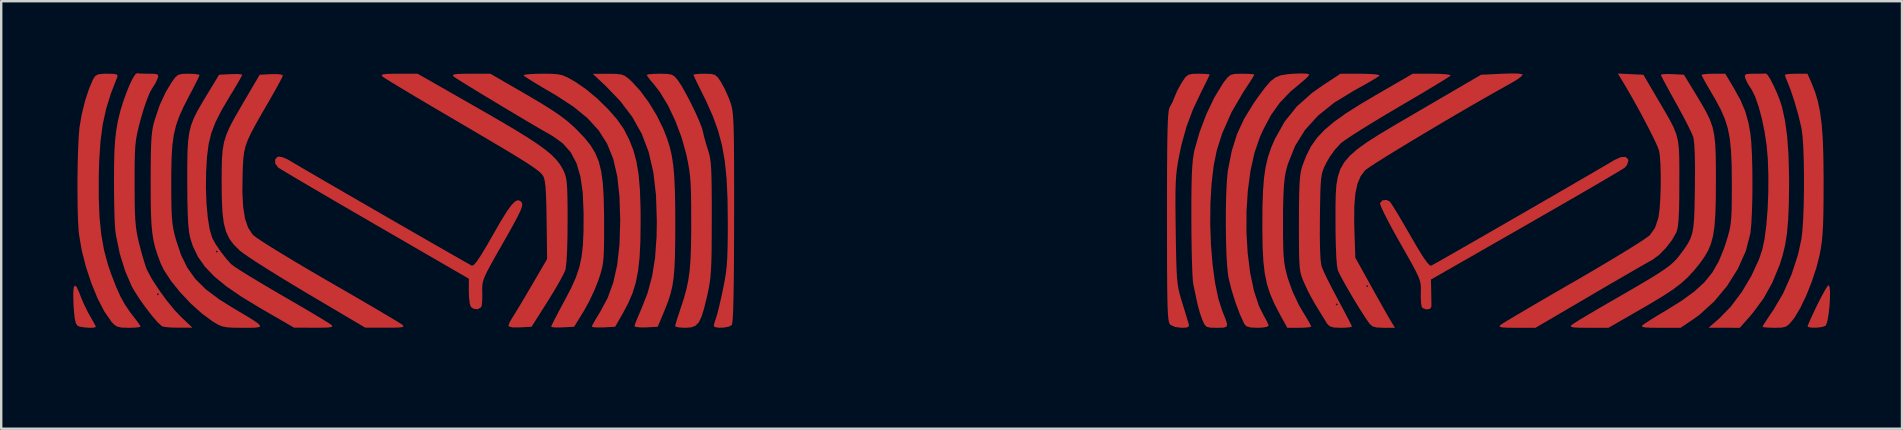
<source format=kicad_pcb>
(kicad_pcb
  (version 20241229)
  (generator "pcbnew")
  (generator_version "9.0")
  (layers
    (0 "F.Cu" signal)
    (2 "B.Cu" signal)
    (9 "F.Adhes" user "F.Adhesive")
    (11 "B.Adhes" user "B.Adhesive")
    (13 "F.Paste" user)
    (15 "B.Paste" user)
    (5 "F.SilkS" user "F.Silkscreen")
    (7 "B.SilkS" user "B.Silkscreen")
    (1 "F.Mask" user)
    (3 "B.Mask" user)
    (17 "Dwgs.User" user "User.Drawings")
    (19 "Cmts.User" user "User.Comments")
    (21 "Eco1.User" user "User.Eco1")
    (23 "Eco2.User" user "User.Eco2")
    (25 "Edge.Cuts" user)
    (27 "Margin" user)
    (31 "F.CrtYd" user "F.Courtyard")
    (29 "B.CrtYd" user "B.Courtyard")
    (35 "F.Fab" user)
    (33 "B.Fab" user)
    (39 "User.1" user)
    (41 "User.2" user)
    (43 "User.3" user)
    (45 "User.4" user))
  (footprint "logo"
    (layer "F.Cu")
    (at 36.546 7.853)
    (property "Reference" "logo" (at 0 2.54 0) (layer "Eco1.User") (effects (font (size 1.524 1.524) (thickness 0.3))))
    (attr board_only exclude_from_pos_files exclude_from_bom)
    (fp_poly (pts (xy 36.618 1.05) (xy 36.637 1.251) (xy 36.635 1.533) (xy 36.615 1.854) (xy 36.58 2.172) (xy 36.534 2.442) (xy 36.48 2.623) (xy 36.446 2.671) (xy 36.302 2.72) (xy 36.097 2.745) (xy 35.89 2.747) (xy 35.74 2.724) (xy 35.701 2.682) (xy 35.831 2.379) (xy 35.988 2.039) (xy 36.156 1.697) (xy 36.317 1.386) (xy 36.453 1.142) (xy 36.547 0.998) (xy 36.575 0.974)) (stroke (width 0) (type solid)) (fill yes) (layer "F.Cu"))
    (fp_poly (pts (xy -36.403 1.051) (xy -36.295 1.285) (xy -36.252 1.403) (xy -36.113 1.738) (xy -35.936 2.099) (xy -35.851 2.253) (xy -35.717 2.487) (xy -35.626 2.656) (xy -35.602 2.713) (xy -35.675 2.745) (xy -35.852 2.752) (xy -36.07 2.737) (xy -36.267 2.705) (xy -36.364 2.669) (xy -36.432 2.572) (xy -36.482 2.366) (xy -36.518 2.027) (xy -36.533 1.781) (xy -36.546 1.349) (xy -36.528 1.083) (xy -36.48 0.984)) (stroke (width 0) (type solid)) (fill yes) (layer "F.Cu"))
    (fp_poly (pts (xy -13.936 -7.826) (xy -13.72 -7.802) (xy -13.56 -7.738) (xy -13.4 -7.617) (xy -13.287 -7.514) (xy -12.933 -7.13) (xy -12.571 -6.639) (xy -12.238 -6.094) (xy -11.971 -5.551) (xy -11.965 -5.536) (xy -11.819 -5.166) (xy -11.704 -4.81) (xy -11.616 -4.442) (xy -11.552 -4.034) (xy -11.509 -3.56) (xy -11.482 -2.993) (xy -11.469 -2.307) (xy -11.466 -1.604) (xy -11.469 -0.85) (xy -11.479 -0.237) (xy -11.5 0.259) (xy -11.535 0.668) (xy -11.587 1.015) (xy -11.661 1.328) (xy -11.758 1.634) (xy -11.884 1.959) (xy -11.93 2.071) (xy -12.197 2.709) (xy -12.681 2.735) (xy -12.942 2.736) (xy -13.117 2.713) (xy -13.165 2.682) (xy -13.133 2.573) (xy -13.046 2.352) (xy -12.921 2.063) (xy -12.884 1.979) (xy -12.62 1.306) (xy -12.43 0.601) (xy -12.307 -0.171) (xy -12.245 -1.046) (xy -12.234 -1.691) (xy -12.269 -2.775) (xy -12.38 -3.728) (xy -12.575 -4.572) (xy -12.864 -5.332) (xy -13.256 -6.031) (xy -13.76 -6.694) (xy -14.385 -7.344) (xy -14.429 -7.384) (xy -14.901 -7.826) (xy -14.266 -7.829)) (stroke (width 0) (type solid)) (fill yes) (layer "F.Cu"))
    (fp_poly (pts (xy 34.044 -7.775) (xy 34.158 -7.59) (xy 34.294 -7.325) (xy 34.432 -7.018) (xy 34.553 -6.71) (xy 34.637 -6.446) (xy 34.764 -5.867) (xy 34.853 -5.211) (xy 34.908 -4.452) (xy 34.931 -3.562) (xy 34.932 -3.233) (xy 34.922 -2.42) (xy 34.894 -1.745) (xy 34.843 -1.179) (xy 34.766 -0.69) (xy 34.66 -0.249) (xy 34.537 0.132) (xy 34.23 0.878) (xy 33.873 1.52) (xy 33.428 2.125) (xy 33.235 2.35) (xy 32.879 2.752) (xy 32.23 2.75) (xy 31.581 2.748) (xy 32.028 2.359) (xy 32.505 1.868) (xy 32.961 1.261) (xy 33.362 0.588) (xy 33.678 -0.098) (xy 33.817 -0.51) (xy 33.911 -0.955) (xy 33.985 -1.528) (xy 34.038 -2.188) (xy 34.066 -2.893) (xy 34.069 -3.604) (xy 34.046 -4.279) (xy 33.998 -4.833) (xy 33.914 -5.401) (xy 33.799 -5.956) (xy 33.664 -6.46) (xy 33.519 -6.876) (xy 33.375 -7.166) (xy 33.353 -7.197) (xy 33.21 -7.421) (xy 33.113 -7.627) (xy 33.109 -7.641) (xy 33.087 -7.753) (xy 33.135 -7.81) (xy 33.29 -7.829) (xy 33.48 -7.832) (xy 33.738 -7.833) (xy 33.922 -7.838) (xy 33.97 -7.841)) (stroke (width 0) (type solid)) (fill yes) (layer "F.Cu"))
    (fp_poly (pts (xy -34.858 -7.826) (xy -34.727 -7.799) (xy -34.697 -7.741) (xy -34.715 -7.683) (xy -34.977 -7.007) (xy -35.175 -6.368) (xy -35.316 -5.722) (xy -35.409 -5.026) (xy -35.463 -4.235) (xy -35.48 -3.64) (xy -35.483 -2.679) (xy -35.45 -1.852) (xy -35.377 -1.129) (xy -35.261 -0.479) (xy -35.097 0.13) (xy -34.964 0.516) (xy -34.763 1.036) (xy -34.582 1.44) (xy -34.399 1.774) (xy -34.187 2.087) (xy -34.022 2.3) (xy -33.864 2.506) (xy -33.761 2.656) (xy -33.739 2.703) (xy -33.816 2.729) (xy -34.016 2.747) (xy -34.24 2.752) (xy -34.532 2.743) (xy -34.717 2.702) (xy -34.855 2.606) (xy -34.963 2.487) (xy -35.251 2.069) (xy -35.533 1.523) (xy -35.793 0.888) (xy -36.018 0.205) (xy -36.194 -0.484) (xy -36.304 -1.14) (xy -36.32 -1.289) (xy -36.345 -1.696) (xy -36.361 -2.221) (xy -36.368 -2.823) (xy -36.368 -3.461) (xy -36.359 -4.095) (xy -36.342 -4.685) (xy -36.318 -5.189) (xy -36.287 -5.567) (xy -36.285 -5.588) (xy -36.193 -6.133) (xy -36.052 -6.7) (xy -35.881 -7.222) (xy -35.718 -7.599) (xy -35.632 -7.733) (xy -35.518 -7.803) (xy -35.323 -7.829) (xy -35.125 -7.832)) (stroke (width 0) (type solid)) (fill yes) (layer "F.Cu"))
    (fp_poly (pts (xy 14.827 -7.835) (xy 14.939 -7.81) (xy 14.944 -7.801) (xy 14.883 -7.706) (xy 14.734 -7.567) (xy 14.711 -7.549) (xy 14.153 -7.081) (xy 13.713 -6.62) (xy 13.353 -6.115) (xy 13.033 -5.515) (xy 12.883 -5.181) (xy 12.661 -4.535) (xy 12.495 -3.786) (xy 12.385 -2.962) (xy 12.329 -2.095) (xy 12.328 -1.215) (xy 12.379 -0.351) (xy 12.483 0.466) (xy 12.639 1.207) (xy 12.847 1.841) (xy 13.057 2.263) (xy 13.176 2.476) (xy 13.244 2.633) (xy 13.251 2.665) (xy 13.174 2.714) (xy 12.974 2.745) (xy 12.788 2.752) (xy 12.496 2.738) (xy 12.327 2.688) (xy 12.243 2.598) (xy 12.057 2.196) (xy 11.871 1.698) (xy 11.707 1.176) (xy 11.59 0.702) (xy 11.563 0.553) (xy 11.524 0.192) (xy 11.495 -0.296) (xy 11.477 -0.871) (xy 11.468 -1.494) (xy 11.47 -2.125) (xy 11.482 -2.724) (xy 11.505 -3.252) (xy 11.538 -3.669) (xy 11.557 -3.815) (xy 11.715 -4.613) (xy 11.931 -5.306) (xy 12.229 -5.952) (xy 12.634 -6.611) (xy 12.838 -6.9) (xy 13.112 -7.267) (xy 13.33 -7.517) (xy 13.531 -7.674) (xy 13.752 -7.764) (xy 14.03 -7.811) (xy 14.288 -7.832) (xy 14.596 -7.843)) (stroke (width 0) (type solid)) (fill yes) (layer "F.Cu"))
    (fp_poly (pts (xy -16.634 -7.829) (xy -16.366 -7.811) (xy -16.158 -7.765) (xy -15.954 -7.677) (xy -15.699 -7.533) (xy -15.615 -7.484) (xy -15.178 -7.183) (xy -14.719 -6.799) (xy -14.279 -6.371) (xy -13.9 -5.94) (xy -13.623 -5.547) (xy -13.603 -5.512) (xy -13.382 -5.079) (xy -13.21 -4.641) (xy -13.083 -4.17) (xy -12.994 -3.636) (xy -12.94 -3.012) (xy -12.913 -2.267) (xy -12.909 -1.693) (xy -12.919 -0.873) (xy -12.952 -0.192) (xy -13.015 0.38) (xy -13.112 0.873) (xy -13.249 1.316) (xy -13.432 1.74) (xy -13.614 2.082) (xy -13.97 2.709) (xy -14.457 2.735) (xy -14.718 2.739) (xy -14.895 2.725) (xy -14.944 2.702) (xy -14.901 2.607) (xy -14.79 2.409) (xy -14.632 2.15) (xy -14.606 2.109) (xy -14.287 1.517) (xy -14.049 0.866) (xy -13.885 0.133) (xy -13.79 -0.709) (xy -13.76 -1.684) (xy -13.76 -1.728) (xy -13.79 -2.713) (xy -13.883 -3.558) (xy -14.051 -4.286) (xy -14.307 -4.919) (xy -14.661 -5.477) (xy -15.125 -5.984) (xy -15.711 -6.461) (xy -16.431 -6.93) (xy -16.59 -7.023) (xy -16.988 -7.256) (xy -17.332 -7.463) (xy -17.597 -7.628) (xy -17.756 -7.734) (xy -17.79 -7.763) (xy -17.73 -7.792) (xy -17.535 -7.815) (xy -17.239 -7.829) (xy -17.016 -7.832)) (stroke (width 0) (type solid)) (fill yes) (layer "F.Cu"))
    (fp_poly (pts (xy 12.418 -7.826) (xy 12.602 -7.811) (xy 12.658 -7.795) (xy 12.614 -7.713) (xy 12.495 -7.523) (xy 12.322 -7.258) (xy 12.199 -7.072) (xy 11.709 -6.235) (xy 11.316 -5.346) (xy 11.093 -4.647) (xy 10.962 -4) (xy 10.874 -3.249) (xy 10.826 -2.427) (xy 10.818 -1.569) (xy 10.849 -0.708) (xy 10.917 0.121) (xy 11.021 0.885) (xy 11.16 1.55) (xy 11.33 2.075) (xy 11.462 2.401) (xy 11.522 2.601) (xy 11.497 2.706) (xy 11.379 2.745) (xy 11.157 2.752) (xy 11.098 2.752) (xy 10.828 2.746) (xy 10.673 2.711) (xy 10.58 2.617) (xy 10.496 2.437) (xy 10.495 2.434) (xy 10.394 2.15) (xy 10.3 1.814) (xy 10.273 1.694) (xy 10.204 1.362) (xy 10.133 1.032) (xy 10.112 0.931) (xy 10.092 0.758) (xy 10.074 0.441) (xy 10.058 0.007) (xy 10.045 -0.519) (xy 10.037 -1.11) (xy 10.033 -1.74) (xy 10.033 -2.498) (xy 10.039 -3.108) (xy 10.051 -3.594) (xy 10.071 -3.978) (xy 10.099 -4.281) (xy 10.136 -4.526) (xy 10.161 -4.648) (xy 10.374 -5.396) (xy 10.656 -6.142) (xy 10.985 -6.832) (xy 11.338 -7.413) (xy 11.38 -7.472) (xy 11.534 -7.672) (xy 11.664 -7.779) (xy 11.831 -7.823) (xy 12.097 -7.831) (xy 12.15 -7.832)) (stroke (width 0) (type solid)) (fill yes) (layer "F.Cu"))
    (fp_poly (pts (xy 35.865 -7.451) (xy 36.013 -7.077) (xy 36.132 -6.681) (xy 36.222 -6.241) (xy 36.289 -5.732) (xy 36.334 -5.132) (xy 36.36 -4.417) (xy 36.37 -3.562) (xy 36.37 -3.313) (xy 36.368 -2.592) (xy 36.361 -2.013) (xy 36.348 -1.549) (xy 36.327 -1.17) (xy 36.297 -0.85) (xy 36.256 -0.562) (xy 36.207 -0.296) (xy 36.07 0.248) (xy 35.879 0.825) (xy 35.654 1.391) (xy 35.413 1.899) (xy 35.175 2.303) (xy 35.093 2.415) (xy 34.933 2.604) (xy 34.795 2.705) (xy 34.615 2.745) (xy 34.331 2.752) (xy 34.325 2.752) (xy 34.06 2.745) (xy 33.878 2.728) (xy 33.825 2.709) (xy 33.869 2.625) (xy 33.99 2.435) (xy 34.166 2.172) (xy 34.282 2.002) (xy 34.685 1.318) (xy 35.034 0.532) (xy 35.303 -0.289) (xy 35.444 -0.931) (xy 35.487 -1.294) (xy 35.519 -1.776) (xy 35.541 -2.341) (xy 35.552 -2.956) (xy 35.553 -3.584) (xy 35.544 -4.191) (xy 35.525 -4.742) (xy 35.495 -5.202) (xy 35.454 -5.535) (xy 35.444 -5.588) (xy 35.314 -6.124) (xy 35.156 -6.674) (xy 34.99 -7.17) (xy 34.89 -7.427) (xy 34.805 -7.635) (xy 34.759 -7.77) (xy 34.756 -7.786) (xy 34.832 -7.811) (xy 35.03 -7.827) (xy 35.226 -7.832) (xy 35.697 -7.832)) (stroke (width 0) (type solid)) (fill yes) (layer "F.Cu"))
    (fp_poly (pts (xy -9.974 -7.824) (xy -9.809 -7.782) (xy -9.687 -7.671) (xy -9.559 -7.481) (xy -9.402 -7.191) (xy -9.245 -6.841) (xy -9.175 -6.655) (xy -9.138 -6.541) (xy -9.107 -6.418) (xy -9.082 -6.271) (xy -9.062 -6.085) (xy -9.046 -5.846) (xy -9.034 -5.537) (xy -9.025 -5.143) (xy -9.02 -4.65) (xy -9.016 -4.043) (xy -9.015 -3.305) (xy -9.015 -2.422) (xy -9.015 -1.827) (xy -9.018 -0.736) (xy -9.023 0.191) (xy -9.031 0.961) (xy -9.042 1.578) (xy -9.056 2.05) (xy -9.074 2.38) (xy -9.095 2.576) (xy -9.113 2.639) (xy -9.237 2.705) (xy -9.436 2.743) (xy -9.649 2.75) (xy -9.811 2.723) (xy -9.864 2.673) (xy -9.835 2.543) (xy -9.772 2.355) (xy -9.718 2.177) (xy -9.641 1.878) (xy -9.554 1.501) (xy -9.479 1.152) (xy -9.41 0.805) (xy -9.359 0.488) (xy -9.322 0.167) (xy -9.299 -0.192) (xy -9.285 -0.623) (xy -9.279 -1.163) (xy -9.278 -1.684) (xy -9.29 -2.645) (xy -9.329 -3.469) (xy -9.403 -4.189) (xy -9.517 -4.836) (xy -9.678 -5.443) (xy -9.892 -6.04) (xy -10.165 -6.659) (xy -10.336 -7.007) (xy -10.495 -7.326) (xy -10.621 -7.585) (xy -10.696 -7.75) (xy -10.71 -7.79) (xy -10.634 -7.813) (xy -10.436 -7.828) (xy -10.246 -7.832)) (stroke (width 0) (type solid)) (fill yes) (layer "F.Cu"))
    (fp_poly (pts (xy 17.437 -7.824) (xy 17.705 -7.805) (xy 17.852 -7.777) (xy 17.87 -7.755) (xy 17.782 -7.689) (xy 17.573 -7.561) (xy 17.273 -7.387) (xy 16.911 -7.187) (xy 16.828 -7.142) (xy 15.99 -6.632) (xy 15.307 -6.085) (xy 14.765 -5.487) (xy 14.352 -4.822) (xy 14.055 -4.075) (xy 13.98 -3.81) (xy 13.928 -3.541) (xy 13.89 -3.191) (xy 13.866 -2.736) (xy 13.853 -2.153) (xy 13.851 -1.652) (xy 13.852 -1.064) (xy 13.86 -0.612) (xy 13.875 -0.261) (xy 13.902 0.02) (xy 13.943 0.267) (xy 14.002 0.512) (xy 14.057 0.708) (xy 14.25 1.247) (xy 14.505 1.789) (xy 14.646 2.034) (xy 14.819 2.318) (xy 14.952 2.546) (xy 15.022 2.681) (xy 15.028 2.7) (xy 14.952 2.727) (xy 14.752 2.746) (xy 14.528 2.752) (xy 14.028 2.752) (xy 13.719 2.189) (xy 13.49 1.749) (xy 13.314 1.342) (xy 13.183 0.935) (xy 13.091 0.496) (xy 13.033 -0.007) (xy 13.001 -0.607) (xy 12.99 -1.337) (xy 12.989 -1.514) (xy 12.995 -2.306) (xy 13.018 -2.959) (xy 13.061 -3.501) (xy 13.129 -3.96) (xy 13.226 -4.367) (xy 13.356 -4.75) (xy 13.51 -5.108) (xy 13.917 -5.835) (xy 14.423 -6.465) (xy 15.055 -7.028) (xy 15.479 -7.328) (xy 16.244 -7.832) (xy 17.08 -7.832)) (stroke (width 0) (type solid)) (fill yes) (layer "F.Cu"))
    (fp_poly (pts (xy 32.625 -7.243) (xy 32.911 -6.726) (xy 33.107 -6.261) (xy 33.242 -5.778) (xy 33.321 -5.334) (xy 33.357 -4.973) (xy 33.384 -4.487) (xy 33.4 -3.917) (xy 33.406 -3.303) (xy 33.401 -2.686) (xy 33.386 -2.108) (xy 33.361 -1.61) (xy 33.326 -1.232) (xy 33.318 -1.178) (xy 33.13 -0.448) (xy 32.8 0.29) (xy 32.353 1.003) (xy 31.812 1.654) (xy 31.199 2.21) (xy 30.941 2.396) (xy 30.411 2.752) (xy 29.56 2.752) (xy 29.175 2.749) (xy 28.936 2.737) (xy 28.82 2.712) (xy 28.804 2.672) (xy 28.832 2.64) (xy 28.953 2.553) (xy 29.186 2.404) (xy 29.493 2.215) (xy 29.771 2.05) (xy 30.444 1.633) (xy 30.98 1.244) (xy 31.403 0.858) (xy 31.735 0.447) (xy 32 -0.014) (xy 32.221 -0.552) (xy 32.313 -0.831) (xy 32.394 -1.097) (xy 32.454 -1.327) (xy 32.495 -1.555) (xy 32.522 -1.813) (xy 32.538 -2.134) (xy 32.545 -2.551) (xy 32.547 -3.096) (xy 32.547 -3.26) (xy 32.54 -4.004) (xy 32.515 -4.612) (xy 32.464 -5.116) (xy 32.381 -5.55) (xy 32.258 -5.945) (xy 32.088 -6.335) (xy 31.865 -6.753) (xy 31.746 -6.957) (xy 31.557 -7.279) (xy 31.405 -7.546) (xy 31.309 -7.725) (xy 31.285 -7.783) (xy 31.361 -7.809) (xy 31.561 -7.826) (xy 31.779 -7.832) (xy 32.274 -7.832)) (stroke (width 0) (type solid)) (fill yes) (layer "F.Cu"))
    (fp_poly (pts (xy 10.585 -7.826) (xy 10.754 -7.811) (xy 10.795 -7.798) (xy 10.759 -7.712) (xy 10.663 -7.513) (xy 10.525 -7.235) (xy 10.457 -7.103) (xy 10.098 -6.343) (xy 9.828 -5.625) (xy 9.62 -4.868) (xy 9.527 -4.433) (xy 9.472 -4.139) (xy 9.43 -3.866) (xy 9.4 -3.587) (xy 9.381 -3.272) (xy 9.371 -2.893) (xy 9.369 -2.423) (xy 9.374 -1.833) (xy 9.381 -1.3) (xy 9.391 -0.622) (xy 9.402 -0.088) (xy 9.416 0.329) (xy 9.435 0.655) (xy 9.461 0.915) (xy 9.497 1.136) (xy 9.546 1.344) (xy 9.608 1.564) (xy 9.648 1.694) (xy 9.756 2.044) (xy 9.848 2.345) (xy 9.91 2.551) (xy 9.926 2.604) (xy 9.926 2.699) (xy 9.828 2.742) (xy 9.626 2.752) (xy 9.355 2.718) (xy 9.162 2.63) (xy 9.15 2.619) (xy 9.12 2.574) (xy 9.095 2.494) (xy 9.074 2.367) (xy 9.058 2.178) (xy 9.044 1.913) (xy 9.034 1.56) (xy 9.027 1.103) (xy 9.022 0.531) (xy 9.019 -0.172) (xy 9.018 -1.018) (xy 9.017 -1.892) (xy 9.018 -2.903) (xy 9.02 -3.757) (xy 9.025 -4.467) (xy 9.032 -5.045) (xy 9.041 -5.503) (xy 9.054 -5.855) (xy 9.07 -6.113) (xy 9.089 -6.29) (xy 9.113 -6.397) (xy 9.131 -6.437) (xy 9.241 -6.64) (xy 9.334 -6.867) (xy 9.436 -7.104) (xy 9.586 -7.384) (xy 9.645 -7.481) (xy 9.781 -7.683) (xy 9.904 -7.787) (xy 10.075 -7.826) (xy 10.331 -7.832)) (stroke (width 0) (type solid)) (fill yes) (layer "F.Cu"))
    (fp_poly (pts (xy -31.492 -7.822) (xy -31.324 -7.798) (xy -31.284 -7.775) (xy -31.322 -7.681) (xy -31.423 -7.473) (xy -31.572 -7.183) (xy -31.701 -6.939) (xy -31.942 -6.471) (xy -32.127 -6.064) (xy -32.263 -5.681) (xy -32.356 -5.287) (xy -32.416 -4.848) (xy -32.448 -4.328) (xy -32.461 -3.692) (xy -32.462 -3.302) (xy -32.46 -2.701) (xy -32.453 -2.237) (xy -32.437 -1.877) (xy -32.411 -1.589) (xy -32.371 -1.339) (xy -32.314 -1.094) (xy -32.266 -0.917) (xy -32.054 -0.284) (xy -31.791 0.253) (xy -31.455 0.722) (xy -31.021 1.15) (xy -30.466 1.566) (xy -29.892 1.926) (xy -29.406 2.213) (xy -29.059 2.425) (xy -28.845 2.572) (xy -28.758 2.667) (xy -28.793 2.721) (xy -28.943 2.745) (xy -29.203 2.752) (xy -29.471 2.752) (xy -29.867 2.749) (xy -30.14 2.732) (xy -30.34 2.693) (xy -30.514 2.62) (xy -30.709 2.505) (xy -30.73 2.492) (xy -31.184 2.159) (xy -31.648 1.741) (xy -32.088 1.275) (xy -32.473 0.797) (xy -32.768 0.345) (xy -32.903 0.067) (xy -33.03 -0.272) (xy -33.129 -0.581) (xy -33.203 -0.888) (xy -33.255 -1.223) (xy -33.289 -1.615) (xy -33.309 -2.093) (xy -33.318 -2.686) (xy -33.319 -3.302) (xy -33.318 -3.97) (xy -33.312 -4.495) (xy -33.3 -4.903) (xy -33.28 -5.22) (xy -33.251 -5.472) (xy -33.211 -5.685) (xy -33.159 -5.884) (xy -32.943 -6.526) (xy -32.69 -7.069) (xy -32.447 -7.472) (xy -32.299 -7.679) (xy -32.171 -7.786) (xy -31.997 -7.826) (xy -31.746 -7.832)) (stroke (width 0) (type solid)) (fill yes) (layer "F.Cu"))
    (fp_poly (pts (xy -27.86 -7.793) (xy -27.813 -7.762) (xy -27.853 -7.663) (xy -27.964 -7.449) (xy -28.129 -7.148) (xy -28.332 -6.792) (xy -28.371 -6.723) (xy -28.701 -6.156) (xy -28.955 -5.707) (xy -29.145 -5.35) (xy -29.28 -5.057) (xy -29.372 -4.799) (xy -29.428 -4.55) (xy -29.461 -4.282) (xy -29.479 -3.967) (xy -29.49 -3.645) (xy -29.499 -2.886) (xy -29.466 -2.274) (xy -29.388 -1.792) (xy -29.262 -1.423) (xy -29.086 -1.15) (xy -29.054 -1.114) (xy -28.922 -1.011) (xy -28.661 -0.835) (xy -28.287 -0.598) (xy -27.819 -0.31) (xy -27.274 0.018) (xy -26.67 0.376) (xy -26.025 0.751) (xy -25.866 0.843) (xy -25.22 1.215) (xy -24.619 1.564) (xy -24.076 1.88) (xy -23.61 2.155) (xy -23.237 2.377) (xy -22.973 2.537) (xy -22.835 2.626) (xy -22.821 2.637) (xy -22.787 2.689) (xy -22.836 2.723) (xy -22.994 2.741) (xy -23.282 2.748) (xy -23.54 2.748) (xy -24.384 2.745) (xy -26.797 1.318) (xy -27.397 0.959) (xy -27.968 0.611) (xy -28.488 0.288) (xy -28.937 0.002) (xy -29.292 -0.234) (xy -29.533 -0.405) (xy -29.61 -0.466) (xy -29.859 -0.713) (xy -30.048 -0.969) (xy -30.184 -1.262) (xy -30.276 -1.62) (xy -30.33 -2.07) (xy -30.356 -2.642) (xy -30.362 -3.135) (xy -30.362 -3.757) (xy -30.352 -4.247) (xy -30.323 -4.643) (xy -30.264 -4.98) (xy -30.166 -5.297) (xy -30.019 -5.631) (xy -29.812 -6.018) (xy -29.537 -6.496) (xy -29.399 -6.731) (xy -28.778 -7.789) (xy -28.295 -7.815) (xy -28.035 -7.816)) (stroke (width 0) (type solid)) (fill yes) (layer "F.Cu"))
    (fp_poly (pts (xy -27.84 -4.358) (xy -27.619 -4.265) (xy -27.559 -4.23) (xy -27.375 -4.121) (xy -27.074 -3.944) (xy -26.672 -3.709) (xy -26.186 -3.426) (xy -25.633 -3.106) (xy -25.03 -2.757) (xy -24.394 -2.389) (xy -23.742 -2.013) (xy -23.091 -1.637) (xy -22.457 -1.273) (xy -21.858 -0.928) (xy -21.31 -0.614) (xy -20.831 -0.34) (xy -20.437 -0.115) (xy -20.146 0.05) (xy -19.973 0.146) (xy -19.934 0.166) (xy -19.858 0.134) (xy -19.734 -0.011) (xy -19.554 -0.279) (xy -19.313 -0.68) (xy -19.05 -1.139) (xy -18.739 -1.68) (xy -18.491 -2.081) (xy -18.296 -2.354) (xy -18.143 -2.512) (xy -18.021 -2.566) (xy -17.919 -2.529) (xy -17.861 -2.465) (xy -17.839 -2.396) (xy -17.856 -2.285) (xy -17.921 -2.113) (xy -18.044 -1.86) (xy -18.232 -1.509) (xy -18.495 -1.04) (xy -18.642 -0.782) (xy -18.936 -0.267) (xy -19.155 0.126) (xy -19.312 0.421) (xy -19.415 0.644) (xy -19.475 0.819) (xy -19.504 0.971) (xy -19.51 1.124) (xy -19.506 1.277) (xy -19.506 1.568) (xy -19.524 1.794) (xy -19.549 1.891) (xy -19.687 1.978) (xy -19.869 1.96) (xy -19.981 1.881) (xy -20.026 1.747) (xy -20.056 1.5) (xy -20.066 1.243) (xy -20.066 0.707) (xy -23.974 -1.556) (xy -24.721 -1.989) (xy -25.426 -2.399) (xy -26.076 -2.778) (xy -26.655 -3.117) (xy -27.15 -3.408) (xy -27.547 -3.644) (xy -27.832 -3.814) (xy -27.991 -3.913) (xy -28.017 -3.931) (xy -28.131 -4.095) (xy -28.135 -4.262) (xy -28.031 -4.372) (xy -28.003 -4.38)) (stroke (width 0) (type solid)) (fill yes) (layer "F.Cu"))
    (fp_poly (pts (xy -17.67 -6.964) (xy -17.088 -6.622) (xy -16.629 -6.336) (xy -16.262 -6.087) (xy -15.959 -5.854) (xy -15.691 -5.618) (xy -15.573 -5.504) (xy -15.253 -5.17) (xy -14.998 -4.854) (xy -14.801 -4.532) (xy -14.655 -4.179) (xy -14.552 -3.77) (xy -14.485 -3.279) (xy -14.448 -2.681) (xy -14.432 -1.952) (xy -14.43 -1.535) (xy -14.431 -0.969) (xy -14.437 -0.539) (xy -14.451 -0.212) (xy -14.476 0.045) (xy -14.516 0.266) (xy -14.575 0.483) (xy -14.655 0.73) (xy -14.662 0.751) (xy -14.829 1.175) (xy -15.048 1.64) (xy -15.273 2.051) (xy -15.288 2.075) (xy -15.68 2.709) (xy -16.159 2.735) (xy -16.417 2.74) (xy -16.591 2.726) (xy -16.637 2.705) (xy -16.599 2.615) (xy -16.493 2.404) (xy -16.335 2.101) (xy -16.139 1.733) (xy -16.056 1.579) (xy -15.8 1.088) (xy -15.606 0.653) (xy -15.466 0.24) (xy -15.372 -0.19) (xy -15.315 -0.673) (xy -15.289 -1.247) (xy -15.285 -1.948) (xy -15.285 -2.041) (xy -15.32 -2.866) (xy -15.417 -3.548) (xy -15.582 -4.108) (xy -15.825 -4.563) (xy -16.152 -4.932) (xy -16.572 -5.234) (xy -16.637 -5.271) (xy -16.908 -5.426) (xy -17.268 -5.635) (xy -17.693 -5.885) (xy -18.161 -6.163) (xy -18.649 -6.455) (xy -19.133 -6.746) (xy -19.59 -7.022) (xy -19.998 -7.271) (xy -20.332 -7.478) (xy -20.571 -7.628) (xy -20.691 -7.709) (xy -20.698 -7.715) (xy -20.733 -7.768) (xy -20.686 -7.803) (xy -20.533 -7.822) (xy -20.25 -7.83) (xy -19.995 -7.832) (xy -19.169 -7.832)) (stroke (width 0) (type solid)) (fill yes) (layer "F.Cu"))
    (fp_poly (pts (xy 28.225 -4.272) (xy 28.236 -4.198) (xy 28.176 -4.025) (xy 28.088 -3.921) (xy 27.988 -3.856) (xy 27.755 -3.715) (xy 27.403 -3.507) (xy 26.947 -3.239) (xy 26.399 -2.921) (xy 25.775 -2.56) (xy 25.088 -2.164) (xy 24.353 -1.742) (xy 23.977 -1.526) (xy 20.013 0.742) (xy 20.025 1.26) (xy 20.03 1.553) (xy 20.032 1.784) (xy 20.031 1.884) (xy 19.959 1.969) (xy 19.812 1.985) (xy 19.67 1.931) (xy 19.634 1.891) (xy 19.605 1.758) (xy 19.59 1.515) (xy 19.591 1.277) (xy 19.595 1.101) (xy 19.586 0.949) (xy 19.554 0.794) (xy 19.487 0.614) (xy 19.376 0.381) (xy 19.211 0.072) (xy 18.98 -0.339) (xy 18.737 -0.765) (xy 18.476 -1.231) (xy 18.249 -1.653) (xy 18.067 -2.009) (xy 17.945 -2.273) (xy 17.892 -2.421) (xy 17.892 -2.437) (xy 17.985 -2.555) (xy 18.154 -2.575) (xy 18.29 -2.517) (xy 18.358 -2.427) (xy 18.494 -2.213) (xy 18.683 -1.902) (xy 18.909 -1.516) (xy 19.137 -1.122) (xy 19.439 -0.602) (xy 19.673 -0.223) (xy 19.845 0.024) (xy 19.961 0.148) (xy 20.019 0.166) (xy 20.11 0.117) (xy 20.33 -0.006) (xy 20.663 -0.196) (xy 21.092 -0.44) (xy 21.599 -0.731) (xy 22.169 -1.058) (xy 22.783 -1.411) (xy 23.426 -1.782) (xy 24.08 -2.158) (xy 24.728 -2.533) (xy 25.353 -2.894) (xy 25.938 -3.234) (xy 26.468 -3.541) (xy 26.923 -3.806) (xy 27.289 -4.02) (xy 27.547 -4.172) (xy 27.644 -4.23) (xy 27.913 -4.354) (xy 28.115 -4.367)) (stroke (width 0) (type solid)) (fill yes) (layer "F.Cu"))
    (fp_poly (pts (xy 28.863 -7.789) (xy 29.484 -6.731) (xy 29.76 -6.26) (xy 29.972 -5.89) (xy 30.127 -5.585) (xy 30.234 -5.313) (xy 30.302 -5.037) (xy 30.34 -4.726) (xy 30.357 -4.344) (xy 30.361 -3.858) (xy 30.36 -3.302) (xy 30.357 -2.652) (xy 30.348 -2.15) (xy 30.33 -1.774) (xy 30.304 -1.503) (xy 30.266 -1.313) (xy 30.236 -1.225) (xy 30.057 -0.907) (xy 29.799 -0.573) (xy 29.51 -0.279) (xy 29.239 -0.08) (xy 29.223 -0.072) (xy 29.085 0.004) (xy 28.821 0.154) (xy 28.452 0.366) (xy 27.997 0.629) (xy 27.477 0.931) (xy 26.913 1.261) (xy 26.662 1.408) (xy 24.367 2.752) (xy 23.574 2.752) (xy 23.206 2.749) (xy 22.984 2.736) (xy 22.883 2.71) (xy 22.879 2.666) (xy 22.906 2.637) (xy 23.004 2.571) (xy 23.234 2.43) (xy 23.577 2.225) (xy 24.018 1.965) (xy 24.54 1.659) (xy 25.126 1.319) (xy 25.76 0.952) (xy 25.951 0.843) (xy 26.603 0.465) (xy 27.218 0.102) (xy 27.778 -0.233) (xy 28.265 -0.531) (xy 28.662 -0.78) (xy 28.951 -0.971) (xy 29.115 -1.091) (xy 29.133 -1.109) (xy 29.346 -1.408) (xy 29.48 -1.805) (xy 29.493 -1.869) (xy 29.537 -2.187) (xy 29.567 -2.612) (xy 29.584 -3.095) (xy 29.586 -3.589) (xy 29.574 -4.048) (xy 29.547 -4.422) (xy 29.516 -4.624) (xy 29.45 -4.803) (xy 29.314 -5.099) (xy 29.123 -5.482) (xy 28.893 -5.924) (xy 28.64 -6.395) (xy 28.377 -6.866) (xy 28.121 -7.307) (xy 28.02 -7.476) (xy 27.799 -7.84)) (stroke (width 0) (type solid)) (fill yes) (layer "F.Cu"))
    (fp_poly (pts (xy -29.553 -7.807) (xy -29.506 -7.787) (xy -29.548 -7.698) (xy -29.662 -7.496) (xy -29.83 -7.21) (xy -30.028 -6.884) (xy -30.367 -6.31) (xy -30.616 -5.82) (xy -30.79 -5.369) (xy -30.903 -4.909) (xy -30.971 -4.391) (xy -31.008 -3.77) (xy -31.009 -3.758) (xy -31.018 -3.076) (xy -30.994 -2.426) (xy -30.941 -1.841) (xy -30.862 -1.355) (xy -30.759 -1.001) (xy -30.753 -0.986) (xy -30.611 -0.728) (xy -30.395 -0.413) (xy -30.15 -0.101) (xy -29.958 0.109) (xy -29.833 0.202) (xy -29.582 0.366) (xy -29.229 0.586) (xy -28.793 0.85) (xy -28.299 1.142) (xy -27.835 1.412) (xy -27.312 1.715) (xy -26.833 1.995) (xy -26.42 2.24) (xy -26.093 2.438) (xy -25.873 2.575) (xy -25.784 2.637) (xy -25.75 2.689) (xy -25.8 2.723) (xy -25.957 2.742) (xy -26.245 2.749) (xy -26.504 2.749) (xy -27.347 2.746) (xy -28.744 1.938) (xy -29.523 1.467) (xy -30.157 1.033) (xy -30.661 0.621) (xy -31.053 0.214) (xy -31.348 -0.203) (xy -31.453 -0.423) (xy -30.607 -0.423) (xy -30.564 -0.381) (xy -30.522 -0.423) (xy -30.564 -0.466) (xy -30.607 -0.423) (xy -31.453 -0.423) (xy -31.561 -0.646) (xy -31.673 -0.993) (xy -31.719 -1.225) (xy -31.753 -1.551) (xy -31.776 -1.991) (xy -31.79 -2.562) (xy -31.796 -3.283) (xy -31.796 -3.354) (xy -31.795 -4.033) (xy -31.786 -4.574) (xy -31.761 -5.008) (xy -31.714 -5.366) (xy -31.637 -5.679) (xy -31.523 -5.978) (xy -31.364 -6.294) (xy -31.154 -6.658) (xy -30.957 -6.985) (xy -30.468 -7.789) (xy -29.987 -7.815) (xy -29.727 -7.82)) (stroke (width 0) (type solid)) (fill yes) (layer "F.Cu"))
    (fp_poly (pts (xy -19.651 -6.377) (xy -18.856 -5.919) (xy -18.196 -5.531) (xy -17.657 -5.2) (xy -17.224 -4.917) (xy -16.883 -4.67) (xy -16.618 -4.45) (xy -16.417 -4.245) (xy -16.264 -4.046) (xy -16.144 -3.84) (xy -16.123 -3.798) (xy -16.065 -3.664) (xy -16.022 -3.518) (xy -15.991 -3.334) (xy -15.971 -3.086) (xy -15.959 -2.747) (xy -15.953 -2.291) (xy -15.952 -1.692) (xy -15.957 -1.024) (xy -15.972 -0.465) (xy -15.996 -0.032) (xy -16.028 0.259) (xy -16.049 0.355) (xy -16.13 0.533) (xy -16.283 0.817) (xy -16.489 1.173) (xy -16.728 1.565) (xy -16.8 1.679) (xy -17.453 2.709) (xy -17.934 2.735) (xy -18.248 2.735) (xy -18.4 2.694) (xy -18.415 2.663) (xy -18.37 2.53) (xy -18.263 2.345) (xy -18.261 2.342) (xy -18.164 2.19) (xy -18.002 1.924) (xy -17.794 1.577) (xy -17.56 1.18) (xy -17.455 1.002) (xy -16.804 -0.114) (xy -16.826 -1.75) (xy -16.837 -2.355) (xy -16.853 -2.813) (xy -16.875 -3.145) (xy -16.905 -3.374) (xy -16.945 -3.521) (xy -16.976 -3.58) (xy -17.032 -3.654) (xy -17.117 -3.738) (xy -17.242 -3.839) (xy -17.42 -3.965) (xy -17.662 -4.125) (xy -17.981 -4.325) (xy -18.39 -4.574) (xy -18.901 -4.879) (xy -19.526 -5.249) (xy -20.277 -5.69) (xy -20.828 -6.013) (xy -21.448 -6.377) (xy -22.024 -6.717) (xy -22.54 -7.025) (xy -22.979 -7.288) (xy -23.323 -7.498) (xy -23.556 -7.643) (xy -23.66 -7.714) (xy -23.661 -7.715) (xy -23.697 -7.77) (xy -23.65 -7.804) (xy -23.494 -7.823) (xy -23.206 -7.831) (xy -22.992 -7.832) (xy -22.199 -7.832)) (stroke (width 0) (type solid)) (fill yes) (layer "F.Cu"))
    (fp_poly (pts (xy -11.81 -7.826) (xy -11.622 -7.794) (xy -11.495 -7.718) (xy -11.372 -7.576) (xy -11.356 -7.556) (xy -11.201 -7.321) (xy -11.014 -6.99) (xy -10.814 -6.606) (xy -10.623 -6.211) (xy -10.462 -5.849) (xy -10.353 -5.563) (xy -10.319 -5.437) (xy -10.265 -5.205) (xy -10.177 -4.894) (xy -10.107 -4.67) (xy -10.058 -4.508) (xy -10.02 -4.337) (xy -9.992 -4.133) (xy -9.971 -3.875) (xy -9.958 -3.539) (xy -9.95 -3.103) (xy -9.946 -2.544) (xy -9.946 -1.84) (xy -9.946 -1.792) (xy -9.948 -1.076) (xy -9.952 -0.504) (xy -9.961 -0.05) (xy -9.977 0.314) (xy -9.999 0.613) (xy -10.031 0.873) (xy -10.074 1.121) (xy -10.13 1.382) (xy -10.146 1.454) (xy -10.267 1.949) (xy -10.377 2.301) (xy -10.493 2.533) (xy -10.631 2.67) (xy -10.809 2.735) (xy -11.042 2.752) (xy -11.051 2.752) (xy -11.292 2.739) (xy -11.444 2.707) (xy -11.472 2.682) (xy -11.446 2.574) (xy -11.378 2.35) (xy -11.28 2.054) (xy -11.257 1.983) (xy -11.114 1.548) (xy -11.004 1.154) (xy -10.923 0.769) (xy -10.866 0.361) (xy -10.83 -0.105) (xy -10.81 -0.659) (xy -10.802 -1.337) (xy -10.802 -1.662) (xy -10.804 -2.303) (xy -10.81 -2.808) (xy -10.824 -3.21) (xy -10.848 -3.542) (xy -10.884 -3.837) (xy -10.935 -4.129) (xy -11.003 -4.45) (xy -11.011 -4.487) (xy -11.203 -5.177) (xy -11.462 -5.864) (xy -11.766 -6.505) (xy -12.096 -7.053) (xy -12.335 -7.364) (xy -12.509 -7.57) (xy -12.626 -7.724) (xy -12.658 -7.781) (xy -12.58 -7.807) (xy -12.378 -7.825) (xy -12.111 -7.832)) (stroke (width 0) (type solid)) (fill yes) (layer "F.Cu"))
    (fp_poly (pts (xy 23.683 -7.835) (xy 23.822 -7.805) (xy 23.833 -7.789) (xy 23.763 -7.706) (xy 23.585 -7.578) (xy 23.388 -7.461) (xy 22.879 -7.177) (xy 22.309 -6.854) (xy 21.696 -6.502) (xy 21.06 -6.132) (xy 20.418 -5.754) (xy 19.788 -5.38) (xy 19.189 -5.021) (xy 18.639 -4.688) (xy 18.157 -4.391) (xy 17.759 -4.141) (xy 17.465 -3.95) (xy 17.294 -3.828) (xy 17.264 -3.802) (xy 17.083 -3.559) (xy 16.951 -3.246) (xy 16.865 -2.842) (xy 16.821 -2.325) (xy 16.815 -1.674) (xy 16.824 -1.336) (xy 16.863 -0.169) (xy 17.52 1.016) (xy 17.758 1.444) (xy 17.981 1.84) (xy 18.168 2.171) (xy 18.303 2.404) (xy 18.346 2.477) (xy 18.514 2.752) (xy 18.045 2.752) (xy 17.754 2.739) (xy 17.577 2.691) (xy 17.459 2.588) (xy 17.439 2.561) (xy 17.259 2.297) (xy 17.042 1.957) (xy 16.808 1.576) (xy 16.58 1.189) (xy 16.481 1.016) (xy 17.314 1.016) (xy 17.357 1.058) (xy 17.399 1.016) (xy 17.357 0.974) (xy 17.314 1.016) (xy 16.481 1.016) (xy 16.378 0.834) (xy 16.223 0.546) (xy 16.136 0.36) (xy 16.132 0.348) (xy 16.098 0.154) (xy 16.071 -0.189) (xy 16.051 -0.661) (xy 16.039 -1.242) (xy 16.037 -1.692) (xy 16.037 -2.281) (xy 16.046 -2.777) (xy 16.074 -3.195) (xy 16.136 -3.552) (xy 16.241 -3.865) (xy 16.404 -4.147) (xy 16.635 -4.417) (xy 16.946 -4.689) (xy 17.351 -4.98) (xy 17.86 -5.305) (xy 18.487 -5.68) (xy 19.242 -6.122) (xy 19.516 -6.281) (xy 22.098 -7.788) (xy 22.966 -7.831) (xy 23.393 -7.844)) (stroke (width 0) (type solid)) (fill yes) (layer "F.Cu"))
    (fp_poly (pts (xy 30.072 -7.815) (xy 30.553 -7.789) (xy 31.042 -6.985) (xy 31.295 -6.564) (xy 31.492 -6.215) (xy 31.639 -5.906) (xy 31.744 -5.606) (xy 31.813 -5.285) (xy 31.855 -4.911) (xy 31.876 -4.453) (xy 31.883 -3.881) (xy 31.884 -3.351) (xy 31.879 -2.593) (xy 31.861 -1.979) (xy 31.825 -1.484) (xy 31.766 -1.082) (xy 31.678 -0.75) (xy 31.558 -0.462) (xy 31.4 -0.192) (xy 31.213 0.067) (xy 30.957 0.383) (xy 30.705 0.654) (xy 30.429 0.903) (xy 30.102 1.151) (xy 29.695 1.419) (xy 29.182 1.729) (xy 28.817 1.941) (xy 27.409 2.752) (xy 26.577 2.752) (xy 26.198 2.749) (xy 25.964 2.737) (xy 25.853 2.712) (xy 25.84 2.671) (xy 25.869 2.637) (xy 25.978 2.562) (xy 26.209 2.417) (xy 26.54 2.218) (xy 26.946 1.979) (xy 27.403 1.714) (xy 27.517 1.648) (xy 28.199 1.255) (xy 28.75 0.934) (xy 29.189 0.672) (xy 29.531 0.458) (xy 29.794 0.28) (xy 29.995 0.127) (xy 30.151 -0.014) (xy 30.279 -0.153) (xy 30.398 -0.302) (xy 30.41 -0.32) (xy 30.59 -0.565) (xy 30.727 -0.774) (xy 30.828 -0.975) (xy 30.899 -1.195) (xy 30.947 -1.463) (xy 30.976 -1.806) (xy 30.993 -2.253) (xy 31.004 -2.83) (xy 31.007 -3.083) (xy 31.013 -3.841) (xy 31.005 -4.44) (xy 30.984 -4.878) (xy 30.95 -5.151) (xy 30.937 -5.2) (xy 30.862 -5.382) (xy 30.72 -5.674) (xy 30.529 -6.044) (xy 30.307 -6.454) (xy 30.216 -6.617) (xy 29.998 -7.009) (xy 29.814 -7.348) (xy 29.676 -7.607) (xy 29.601 -7.758) (xy 29.591 -7.786) (xy 29.668 -7.811) (xy 29.866 -7.82)) (stroke (width 0) (type solid)) (fill yes) (layer "F.Cu"))
    (fp_poly (pts (xy -33.772 -7.84) (xy -33.549 -7.833) (xy -33.395 -7.832) (xy -33.144 -7.826) (xy -33.026 -7.797) (xy -33.004 -7.726) (xy -33.026 -7.641) (xy -33.118 -7.442) (xy -33.261 -7.215) (xy -33.274 -7.197) (xy -33.371 -7.014) (xy -33.492 -6.71) (xy -33.62 -6.331) (xy -33.726 -5.969) (xy -33.815 -5.634) (xy -33.881 -5.354) (xy -33.928 -5.096) (xy -33.959 -4.826) (xy -33.977 -4.508) (xy -33.986 -4.108) (xy -33.988 -3.593) (xy -33.988 -3.246) (xy -33.986 -2.631) (xy -33.978 -2.151) (xy -33.962 -1.774) (xy -33.935 -1.465) (xy -33.895 -1.191) (xy -33.839 -0.919) (xy -33.787 -0.706) (xy -33.687 -0.33) (xy -33.587 0.011) (xy -33.503 0.265) (xy -33.473 0.339) (xy -33.272 0.714) (xy -32.988 1.153) (xy -32.66 1.604) (xy -32.326 2.012) (xy -32.054 2.299) (xy -31.581 2.746) (xy -32.173 2.747) (xy -32.481 2.74) (xy -32.725 2.719) (xy -32.852 2.688) (xy -32.853 2.687) (xy -33.03 2.521) (xy -33.264 2.251) (xy -33.524 1.916) (xy -33.779 1.558) (xy -33.909 1.355) (xy -33.062 1.355) (xy -33.02 1.397) (xy -32.977 1.355) (xy -33.02 1.312) (xy -33.062 1.355) (xy -33.909 1.355) (xy -33.998 1.216) (xy -34.111 1.016) (xy -34.383 0.384) (xy -34.608 -0.344) (xy -34.764 -1.097) (xy -34.793 -1.303) (xy -34.811 -1.532) (xy -34.826 -1.895) (xy -34.838 -2.356) (xy -34.845 -2.879) (xy -34.847 -3.419) (xy -34.843 -4.074) (xy -34.829 -4.597) (xy -34.803 -5.026) (xy -34.763 -5.398) (xy -34.706 -5.75) (xy -34.675 -5.908) (xy -34.585 -6.275) (xy -34.465 -6.665) (xy -34.328 -7.047) (xy -34.188 -7.388) (xy -34.057 -7.656) (xy -33.948 -7.819) (xy -33.886 -7.853)) (stroke (width 0) (type solid)) (fill yes) (layer "F.Cu"))
    (fp_poly (pts (xy 20.408 -7.825) (xy 20.67 -7.806) (xy 20.816 -7.778) (xy 20.835 -7.758) (xy 20.753 -7.698) (xy 20.543 -7.565) (xy 20.225 -7.37) (xy 19.816 -7.124) (xy 19.337 -6.84) (xy 18.805 -6.527) (xy 18.702 -6.467) (xy 18.143 -6.137) (xy 17.615 -5.819) (xy 17.141 -5.527) (xy 16.744 -5.274) (xy 16.446 -5.076) (xy 16.27 -4.947) (xy 16.263 -4.94) (xy 16.028 -4.688) (xy 15.793 -4.363) (xy 15.662 -4.136) (xy 15.579 -3.967) (xy 15.516 -3.819) (xy 15.471 -3.663) (xy 15.44 -3.472) (xy 15.419 -3.218) (xy 15.405 -2.876) (xy 15.396 -2.416) (xy 15.388 -1.87) (xy 15.383 -1.105) (xy 15.393 -0.51) (xy 15.416 -0.083) (xy 15.454 0.176) (xy 15.462 0.205) (xy 15.538 0.39) (xy 15.678 0.685) (xy 15.865 1.056) (xy 16.079 1.463) (xy 16.141 1.579) (xy 16.348 1.964) (xy 16.522 2.295) (xy 16.65 2.544) (xy 16.716 2.683) (xy 16.722 2.701) (xy 16.645 2.729) (xy 16.448 2.747) (xy 16.258 2.752) (xy 15.974 2.74) (xy 15.805 2.694) (xy 15.698 2.595) (xy 15.676 2.561) (xy 15.391 2.101) (xy 15.196 1.778) (xy 16.044 1.778) (xy 16.087 1.821) (xy 16.129 1.778) (xy 16.087 1.736) (xy 16.044 1.778) (xy 15.196 1.778) (xy 15.178 1.748) (xy 15.018 1.467) (xy 14.891 1.224) (xy 14.778 0.983) (xy 14.747 0.914) (xy 14.674 0.744) (xy 14.617 0.593) (xy 14.576 0.435) (xy 14.548 0.245) (xy 14.53 -0.003) (xy 14.52 -0.335) (xy 14.515 -0.775) (xy 14.514 -1.351) (xy 14.514 -1.591) (xy 14.516 -2.26) (xy 14.523 -2.783) (xy 14.536 -3.186) (xy 14.557 -3.491) (xy 14.588 -3.724) (xy 14.629 -3.907) (xy 14.654 -3.987) (xy 14.821 -4.422) (xy 15.018 -4.807) (xy 15.264 -5.157) (xy 15.578 -5.492) (xy 15.977 -5.829) (xy 16.479 -6.186) (xy 17.104 -6.58) (xy 17.682 -6.921) (xy 19.253 -7.832) (xy 20.067 -7.832)) (stroke (width 0) (type solid)) (fill yes) (layer "F.Cu"))
    (fp_poly (pts (xy 36.618 1.051) (xy 36.637 1.251) (xy 36.634 1.534) (xy 36.614 1.855) (xy 36.58 2.172) (xy 36.534 2.443) (xy 36.48 2.624) (xy 36.446 2.671) (xy 36.302 2.72) (xy 36.097 2.745) (xy 35.89 2.747) (xy 35.74 2.724) (xy 35.701 2.682) (xy 35.831 2.379) (xy 35.988 2.039) (xy 36.156 1.697) (xy 36.317 1.387) (xy 36.453 1.142) (xy 36.547 0.998) (xy 36.575 0.974)) (stroke (width 0) (type solid)) (fill yes) (layer "F.Mask"))
    (fp_poly (pts (xy -36.403 1.052) (xy -36.295 1.285) (xy -36.252 1.403) (xy -36.113 1.738) (xy -35.936 2.1) (xy -35.851 2.253) (xy -35.717 2.487) (xy -35.626 2.656) (xy -35.602 2.714) (xy -35.675 2.746) (xy -35.852 2.752) (xy -36.07 2.738) (xy -36.267 2.705) (xy -36.364 2.67) (xy -36.432 2.573) (xy -36.482 2.367) (xy -36.518 2.027) (xy -36.534 1.782) (xy -36.546 1.349) (xy -36.528 1.083) (xy -36.48 0.984)) (stroke (width 0) (type solid)) (fill yes) (layer "F.Mask"))
    (fp_poly (pts (xy -13.937 -7.825) (xy -13.72 -7.801) (xy -13.56 -7.738) (xy -13.4 -7.616) (xy -13.287 -7.514) (xy -12.933 -7.13) (xy -12.571 -6.638) (xy -12.238 -6.093) (xy -11.971 -5.551) (xy -11.965 -5.535) (xy -11.819 -5.166) (xy -11.704 -4.81) (xy -11.616 -4.442) (xy -11.552 -4.034) (xy -11.509 -3.56) (xy -11.482 -2.993) (xy -11.469 -2.306) (xy -11.466 -1.604) (xy -11.469 -0.849) (xy -11.479 -0.237) (xy -11.5 0.26) (xy -11.535 0.668) (xy -11.587 1.016) (xy -11.661 1.329) (xy -11.758 1.634) (xy -11.884 1.959) (xy -11.93 2.071) (xy -12.197 2.71) (xy -12.681 2.735) (xy -12.942 2.737) (xy -13.118 2.714) (xy -13.166 2.682) (xy -13.133 2.573) (xy -13.046 2.353) (xy -12.921 2.063) (xy -12.884 1.98) (xy -12.62 1.307) (xy -12.43 0.602) (xy -12.308 -0.17) (xy -12.245 -1.045) (xy -12.234 -1.69) (xy -12.269 -2.775) (xy -12.38 -3.727) (xy -12.575 -4.572) (xy -12.864 -5.332) (xy -13.256 -6.031) (xy -13.76 -6.694) (xy -14.385 -7.343) (xy -14.429 -7.384) (xy -14.901 -7.826) (xy -14.266 -7.828)) (stroke (width 0) (type solid)) (fill yes) (layer "F.Mask"))
    (fp_poly (pts (xy 34.044 -7.775) (xy 34.158 -7.59) (xy 34.294 -7.324) (xy 34.431 -7.018) (xy 34.553 -6.71) (xy 34.637 -6.445) (xy 34.764 -5.866) (xy 34.853 -5.211) (xy 34.908 -4.451) (xy 34.931 -3.561) (xy 34.932 -3.232) (xy 34.922 -2.42) (xy 34.894 -1.745) (xy 34.843 -1.179) (xy 34.766 -0.69) (xy 34.66 -0.249) (xy 34.537 0.132) (xy 34.229 0.878) (xy 33.873 1.521) (xy 33.428 2.125) (xy 33.235 2.35) (xy 32.879 2.752) (xy 32.23 2.75) (xy 31.581 2.748) (xy 32.028 2.359) (xy 32.505 1.869) (xy 32.961 1.261) (xy 33.362 0.588) (xy 33.678 -0.097) (xy 33.817 -0.509) (xy 33.911 -0.955) (xy 33.985 -1.528) (xy 34.038 -2.187) (xy 34.066 -2.893) (xy 34.069 -3.603) (xy 34.046 -4.278) (xy 33.998 -4.832) (xy 33.914 -5.4) (xy 33.799 -5.955) (xy 33.664 -6.459) (xy 33.519 -6.875) (xy 33.375 -7.165) (xy 33.353 -7.196) (xy 33.21 -7.421) (xy 33.113 -7.627) (xy 33.109 -7.641) (xy 33.087 -7.753) (xy 33.135 -7.809) (xy 33.29 -7.829) (xy 33.48 -7.831) (xy 33.738 -7.833) (xy 33.921 -7.837) (xy 33.97 -7.84)) (stroke (width 0) (type solid)) (fill yes) (layer "F.Mask"))
    (fp_poly (pts (xy -34.858 -7.825) (xy -34.727 -7.799) (xy -34.697 -7.741) (xy -34.715 -7.683) (xy -34.977 -7.007) (xy -35.175 -6.368) (xy -35.316 -5.722) (xy -35.409 -5.025) (xy -35.463 -4.234) (xy -35.48 -3.64) (xy -35.483 -2.678) (xy -35.45 -1.852) (xy -35.377 -1.129) (xy -35.261 -0.479) (xy -35.097 0.13) (xy -34.965 0.516) (xy -34.763 1.036) (xy -34.582 1.44) (xy -34.399 1.775) (xy -34.187 2.087) (xy -34.022 2.301) (xy -33.864 2.507) (xy -33.761 2.657) (xy -33.74 2.703) (xy -33.816 2.729) (xy -34.016 2.747) (xy -34.24 2.752) (xy -34.532 2.744) (xy -34.717 2.702) (xy -34.855 2.606) (xy -34.963 2.488) (xy -35.251 2.07) (xy -35.533 1.523) (xy -35.793 0.888) (xy -36.018 0.206) (xy -36.194 -0.484) (xy -36.304 -1.14) (xy -36.32 -1.289) (xy -36.345 -1.696) (xy -36.361 -2.221) (xy -36.369 -2.822) (xy -36.368 -3.461) (xy -36.359 -4.095) (xy -36.342 -4.684) (xy -36.318 -5.188) (xy -36.287 -5.567) (xy -36.285 -5.587) (xy -36.193 -6.133) (xy -36.052 -6.7) (xy -35.881 -7.222) (xy -35.718 -7.598) (xy -35.632 -7.733) (xy -35.518 -7.802) (xy -35.323 -7.828) (xy -35.125 -7.831)) (stroke (width 0) (type solid)) (fill yes) (layer "F.Mask"))
    (fp_poly (pts (xy 14.827 -7.835) (xy 14.939 -7.809) (xy 14.944 -7.801) (xy 14.883 -7.705) (xy 14.734 -7.567) (xy 14.711 -7.548) (xy 14.153 -7.081) (xy 13.713 -6.619) (xy 13.353 -6.114) (xy 13.033 -5.515) (xy 12.883 -5.181) (xy 12.661 -4.535) (xy 12.495 -3.785) (xy 12.385 -2.962) (xy 12.329 -2.095) (xy 12.328 -1.215) (xy 12.379 -0.351) (xy 12.483 0.467) (xy 12.639 1.207) (xy 12.847 1.841) (xy 13.057 2.264) (xy 13.176 2.476) (xy 13.244 2.634) (xy 13.25 2.666) (xy 13.174 2.714) (xy 12.974 2.745) (xy 12.788 2.752) (xy 12.495 2.738) (xy 12.327 2.688) (xy 12.243 2.598) (xy 12.057 2.196) (xy 11.871 1.698) (xy 11.707 1.177) (xy 11.59 0.702) (xy 11.563 0.553) (xy 11.524 0.192) (xy 11.495 -0.296) (xy 11.476 -0.871) (xy 11.468 -1.494) (xy 11.47 -2.125) (xy 11.482 -2.724) (xy 11.505 -3.252) (xy 11.538 -3.669) (xy 11.557 -3.814) (xy 11.715 -4.612) (xy 11.931 -5.305) (xy 12.229 -5.952) (xy 12.634 -6.61) (xy 12.838 -6.9) (xy 13.112 -7.266) (xy 13.33 -7.516) (xy 13.531 -7.674) (xy 13.752 -7.764) (xy 14.03 -7.811) (xy 14.288 -7.831) (xy 14.596 -7.842)) (stroke (width 0) (type solid)) (fill yes) (layer "F.Mask"))
    (fp_poly (pts (xy -16.634 -7.828) (xy -16.366 -7.811) (xy -16.158 -7.765) (xy -15.954 -7.677) (xy -15.699 -7.533) (xy -15.615 -7.483) (xy -15.178 -7.183) (xy -14.719 -6.798) (xy -14.279 -6.37) (xy -13.9 -5.939) (xy -13.623 -5.546) (xy -13.603 -5.511) (xy -13.382 -5.078) (xy -13.21 -4.64) (xy -13.083 -4.169) (xy -12.994 -3.636) (xy -12.94 -3.011) (xy -12.913 -2.266) (xy -12.909 -1.693) (xy -12.919 -0.873) (xy -12.952 -0.192) (xy -13.015 0.38) (xy -13.112 0.873) (xy -13.249 1.317) (xy -13.432 1.74) (xy -13.614 2.083) (xy -13.97 2.71) (xy -14.457 2.735) (xy -14.718 2.74) (xy -14.895 2.725) (xy -14.944 2.702) (xy -14.901 2.607) (xy -14.79 2.41) (xy -14.632 2.15) (xy -14.606 2.109) (xy -14.287 1.517) (xy -14.049 0.867) (xy -13.885 0.133) (xy -13.79 -0.709) (xy -13.76 -1.683) (xy -13.76 -1.727) (xy -13.79 -2.712) (xy -13.883 -3.558) (xy -14.052 -4.286) (xy -14.307 -4.918) (xy -14.661 -5.477) (xy -15.125 -5.984) (xy -15.711 -6.46) (xy -16.431 -6.929) (xy -16.59 -7.022) (xy -16.988 -7.256) (xy -17.332 -7.463) (xy -17.597 -7.627) (xy -17.756 -7.733) (xy -17.79 -7.762) (xy -17.73 -7.791) (xy -17.535 -7.815) (xy -17.239 -7.828) (xy -17.017 -7.831)) (stroke (width 0) (type solid)) (fill yes) (layer "F.Mask"))
    (fp_poly (pts (xy 12.418 -7.825) (xy 12.602 -7.811) (xy 12.658 -7.794) (xy 12.614 -7.713) (xy 12.495 -7.523) (xy 12.322 -7.258) (xy 12.199 -7.071) (xy 11.709 -6.235) (xy 11.316 -5.345) (xy 11.092 -4.646) (xy 10.962 -3.999) (xy 10.873 -3.248) (xy 10.826 -2.427) (xy 10.818 -1.569) (xy 10.849 -0.708) (xy 10.917 0.121) (xy 11.021 0.885) (xy 11.16 1.551) (xy 11.33 2.075) (xy 11.462 2.401) (xy 11.521 2.602) (xy 11.497 2.706) (xy 11.379 2.746) (xy 11.157 2.752) (xy 11.098 2.752) (xy 10.828 2.747) (xy 10.673 2.711) (xy 10.58 2.617) (xy 10.496 2.438) (xy 10.495 2.435) (xy 10.394 2.151) (xy 10.3 1.814) (xy 10.273 1.694) (xy 10.204 1.362) (xy 10.133 1.032) (xy 10.111 0.932) (xy 10.092 0.758) (xy 10.074 0.442) (xy 10.058 0.007) (xy 10.045 -0.518) (xy 10.037 -1.109) (xy 10.033 -1.74) (xy 10.033 -2.497) (xy 10.039 -3.108) (xy 10.051 -3.594) (xy 10.071 -3.977) (xy 10.099 -4.28) (xy 10.136 -4.525) (xy 10.161 -4.647) (xy 10.373 -5.395) (xy 10.656 -6.141) (xy 10.985 -6.832) (xy 11.338 -7.413) (xy 11.38 -7.471) (xy 11.534 -7.671) (xy 11.664 -7.779) (xy 11.831 -7.822) (xy 12.097 -7.831) (xy 12.15 -7.831)) (stroke (width 0) (type solid)) (fill yes) (layer "F.Mask"))
    (fp_poly (pts (xy 35.865 -7.451) (xy 36.013 -7.076) (xy 36.132 -6.681) (xy 36.222 -6.24) (xy 36.289 -5.732) (xy 36.334 -5.132) (xy 36.36 -4.416) (xy 36.37 -3.561) (xy 36.37 -3.313) (xy 36.368 -2.592) (xy 36.361 -2.013) (xy 36.348 -1.548) (xy 36.327 -1.17) (xy 36.297 -0.85) (xy 36.256 -0.561) (xy 36.207 -0.296) (xy 36.07 0.248) (xy 35.879 0.826) (xy 35.654 1.392) (xy 35.413 1.9) (xy 35.175 2.304) (xy 35.093 2.416) (xy 34.933 2.605) (xy 34.795 2.705) (xy 34.615 2.745) (xy 34.331 2.752) (xy 34.325 2.752) (xy 34.059 2.746) (xy 33.878 2.729) (xy 33.824 2.709) (xy 33.869 2.626) (xy 33.99 2.436) (xy 34.166 2.172) (xy 34.282 2.002) (xy 34.685 1.318) (xy 35.034 0.532) (xy 35.303 -0.289) (xy 35.444 -0.931) (xy 35.487 -1.293) (xy 35.519 -1.775) (xy 35.541 -2.341) (xy 35.552 -2.955) (xy 35.553 -3.584) (xy 35.544 -4.191) (xy 35.524 -4.742) (xy 35.495 -5.201) (xy 35.454 -5.535) (xy 35.444 -5.587) (xy 35.314 -6.124) (xy 35.156 -6.674) (xy 34.99 -7.17) (xy 34.89 -7.426) (xy 34.805 -7.635) (xy 34.759 -7.769) (xy 34.756 -7.786) (xy 34.832 -7.811) (xy 35.03 -7.827) (xy 35.226 -7.831) (xy 35.697 -7.831)) (stroke (width 0) (type solid)) (fill yes) (layer "F.Mask"))
    (fp_poly (pts (xy -9.974 -7.824) (xy -9.809 -7.781) (xy -9.687 -7.671) (xy -9.56 -7.48) (xy -9.402 -7.19) (xy -9.245 -6.84) (xy -9.175 -6.655) (xy -9.138 -6.54) (xy -9.107 -6.417) (xy -9.082 -6.27) (xy -9.062 -6.085) (xy -9.046 -5.845) (xy -9.034 -5.536) (xy -9.025 -5.143) (xy -9.02 -4.65) (xy -9.016 -4.042) (xy -9.015 -3.304) (xy -9.015 -2.422) (xy -9.015 -1.827) (xy -9.018 -0.736) (xy -9.023 0.192) (xy -9.031 0.961) (xy -9.042 1.579) (xy -9.056 2.05) (xy -9.074 2.381) (xy -9.095 2.576) (xy -9.113 2.639) (xy -9.237 2.705) (xy -9.436 2.743) (xy -9.649 2.75) (xy -9.811 2.724) (xy -9.864 2.673) (xy -9.835 2.543) (xy -9.772 2.356) (xy -9.718 2.178) (xy -9.641 1.878) (xy -9.554 1.501) (xy -9.479 1.153) (xy -9.41 0.805) (xy -9.359 0.488) (xy -9.322 0.168) (xy -9.299 -0.191) (xy -9.285 -0.623) (xy -9.279 -1.162) (xy -9.278 -1.684) (xy -9.29 -2.644) (xy -9.329 -3.469) (xy -9.403 -4.189) (xy -9.517 -4.836) (xy -9.678 -5.442) (xy -9.892 -6.039) (xy -10.165 -6.659) (xy -10.336 -7.006) (xy -10.495 -7.326) (xy -10.621 -7.585) (xy -10.696 -7.75) (xy -10.71 -7.789) (xy -10.634 -7.812) (xy -10.436 -7.827) (xy -10.246 -7.831)) (stroke (width 0) (type solid)) (fill yes) (layer "F.Mask"))
    (fp_poly (pts (xy 17.437 -7.824) (xy 17.705 -7.805) (xy 17.852 -7.776) (xy 17.87 -7.755) (xy 17.782 -7.689) (xy 17.573 -7.56) (xy 17.273 -7.387) (xy 16.911 -7.186) (xy 16.828 -7.141) (xy 15.99 -6.631) (xy 15.307 -6.085) (xy 14.765 -5.487) (xy 14.352 -4.822) (xy 14.055 -4.075) (xy 13.98 -3.809) (xy 13.928 -3.54) (xy 13.89 -3.19) (xy 13.865 -2.736) (xy 13.853 -2.153) (xy 13.85 -1.652) (xy 13.852 -1.064) (xy 13.859 -0.611) (xy 13.875 -0.261) (xy 13.902 0.021) (xy 13.943 0.267) (xy 14.002 0.512) (xy 14.057 0.709) (xy 14.25 1.248) (xy 14.505 1.789) (xy 14.646 2.034) (xy 14.819 2.318) (xy 14.952 2.546) (xy 15.022 2.681) (xy 15.028 2.7) (xy 14.952 2.728) (xy 14.752 2.747) (xy 14.528 2.752) (xy 14.028 2.752) (xy 13.719 2.19) (xy 13.49 1.749) (xy 13.313 1.342) (xy 13.183 0.935) (xy 13.091 0.497) (xy 13.033 -0.007) (xy 13.001 -0.607) (xy 12.99 -1.337) (xy 12.989 -1.513) (xy 12.995 -2.306) (xy 13.018 -2.959) (xy 13.061 -3.5) (xy 13.129 -3.96) (xy 13.226 -4.367) (xy 13.356 -4.749) (xy 13.51 -5.108) (xy 13.917 -5.834) (xy 14.423 -6.464) (xy 15.055 -7.027) (xy 15.479 -7.327) (xy 16.244 -7.831) (xy 17.08 -7.831)) (stroke (width 0) (type solid)) (fill yes) (layer "F.Mask"))
    (fp_poly (pts (xy 32.625 -7.243) (xy 32.91 -6.725) (xy 33.107 -6.261) (xy 33.241 -5.778) (xy 33.32 -5.333) (xy 33.357 -4.973) (xy 33.384 -4.487) (xy 33.4 -3.916) (xy 33.406 -3.302) (xy 33.401 -2.686) (xy 33.386 -2.108) (xy 33.361 -1.609) (xy 33.326 -1.231) (xy 33.318 -1.178) (xy 33.13 -0.448) (xy 32.8 0.291) (xy 32.353 1.003) (xy 31.812 1.654) (xy 31.199 2.21) (xy 30.941 2.396) (xy 30.411 2.752) (xy 29.56 2.752) (xy 29.175 2.749) (xy 28.936 2.737) (xy 28.82 2.713) (xy 28.804 2.673) (xy 28.832 2.64) (xy 28.953 2.553) (xy 29.185 2.404) (xy 29.493 2.216) (xy 29.771 2.05) (xy 30.444 1.633) (xy 30.98 1.245) (xy 31.403 0.858) (xy 31.735 0.448) (xy 32 -0.013) (xy 32.22 -0.551) (xy 32.313 -0.831) (xy 32.394 -1.096) (xy 32.454 -1.326) (xy 32.495 -1.554) (xy 32.522 -1.813) (xy 32.538 -2.134) (xy 32.545 -2.55) (xy 32.547 -3.095) (xy 32.547 -3.26) (xy 32.54 -4.004) (xy 32.515 -4.612) (xy 32.464 -5.116) (xy 32.381 -5.549) (xy 32.258 -5.945) (xy 32.088 -6.335) (xy 31.865 -6.752) (xy 31.746 -6.957) (xy 31.557 -7.279) (xy 31.405 -7.546) (xy 31.309 -7.725) (xy 31.284 -7.782) (xy 31.361 -7.808) (xy 31.561 -7.826) (xy 31.779 -7.831) (xy 32.274 -7.831)) (stroke (width 0) (type solid)) (fill yes) (layer "F.Mask"))
    (fp_poly (pts (xy 10.585 -7.825) (xy 10.754 -7.811) (xy 10.795 -7.797) (xy 10.759 -7.712) (xy 10.663 -7.512) (xy 10.525 -7.235) (xy 10.457 -7.103) (xy 10.098 -6.342) (xy 9.828 -5.624) (xy 9.62 -4.868) (xy 9.527 -4.432) (xy 9.472 -4.139) (xy 9.43 -3.866) (xy 9.4 -3.586) (xy 9.381 -3.271) (xy 9.371 -2.893) (xy 9.369 -2.423) (xy 9.374 -1.832) (xy 9.381 -1.3) (xy 9.391 -0.622) (xy 9.402 -0.087) (xy 9.416 0.33) (xy 9.435 0.655) (xy 9.461 0.916) (xy 9.497 1.137) (xy 9.546 1.344) (xy 9.608 1.564) (xy 9.648 1.694) (xy 9.756 2.045) (xy 9.848 2.345) (xy 9.91 2.551) (xy 9.926 2.604) (xy 9.926 2.7) (xy 9.828 2.743) (xy 9.626 2.752) (xy 9.355 2.718) (xy 9.162 2.63) (xy 9.15 2.619) (xy 9.12 2.574) (xy 9.095 2.495) (xy 9.074 2.367) (xy 9.058 2.178) (xy 9.044 1.914) (xy 9.034 1.56) (xy 9.027 1.104) (xy 9.022 0.531) (xy 9.019 -0.171) (xy 9.017 -1.018) (xy 9.017 -1.892) (xy 9.018 -2.902) (xy 9.02 -3.756) (xy 9.025 -4.466) (xy 9.032 -5.044) (xy 9.041 -5.503) (xy 9.054 -5.855) (xy 9.07 -6.113) (xy 9.089 -6.289) (xy 9.113 -6.397) (xy 9.131 -6.436) (xy 9.241 -6.639) (xy 9.334 -6.867) (xy 9.436 -7.103) (xy 9.586 -7.383) (xy 9.645 -7.481) (xy 9.781 -7.682) (xy 9.904 -7.786) (xy 10.075 -7.825) (xy 10.331 -7.831)) (stroke (width 0) (type solid)) (fill yes) (layer "F.Mask"))
    (fp_poly (pts (xy -31.492 -7.822) (xy -31.324 -7.798) (xy -31.284 -7.775) (xy -31.322 -7.681) (xy -31.423 -7.472) (xy -31.572 -7.182) (xy -31.701 -6.938) (xy -31.942 -6.471) (xy -32.127 -6.063) (xy -32.263 -5.68) (xy -32.356 -5.286) (xy -32.416 -4.847) (xy -32.448 -4.327) (xy -32.461 -3.692) (xy -32.462 -3.301) (xy -32.46 -2.701) (xy -32.453 -2.237) (xy -32.437 -1.877) (xy -32.411 -1.588) (xy -32.371 -1.338) (xy -32.314 -1.094) (xy -32.266 -0.917) (xy -32.054 -0.283) (xy -31.791 0.254) (xy -31.455 0.722) (xy -31.021 1.15) (xy -30.467 1.567) (xy -29.892 1.926) (xy -29.406 2.214) (xy -29.059 2.425) (xy -28.845 2.573) (xy -28.758 2.668) (xy -28.793 2.721) (xy -28.943 2.746) (xy -29.203 2.752) (xy -29.471 2.752) (xy -29.867 2.749) (xy -30.141 2.733) (xy -30.34 2.693) (xy -30.514 2.621) (xy -30.709 2.505) (xy -30.73 2.492) (xy -31.184 2.159) (xy -31.648 1.741) (xy -32.089 1.275) (xy -32.473 0.797) (xy -32.768 0.345) (xy -32.903 0.068) (xy -33.03 -0.272) (xy -33.129 -0.58) (xy -33.203 -0.887) (xy -33.255 -1.222) (xy -33.289 -1.614) (xy -33.309 -2.092) (xy -33.318 -2.686) (xy -33.32 -3.301) (xy -33.318 -3.97) (xy -33.312 -4.495) (xy -33.3 -4.903) (xy -33.28 -5.219) (xy -33.251 -5.471) (xy -33.211 -5.685) (xy -33.159 -5.884) (xy -32.943 -6.525) (xy -32.69 -7.069) (xy -32.447 -7.471) (xy -32.299 -7.679) (xy -32.171 -7.786) (xy -31.997 -7.825) (xy -31.746 -7.831)) (stroke (width 0) (type solid)) (fill yes) (layer "F.Mask"))
    (fp_poly (pts (xy -27.86 -7.793) (xy -27.813 -7.762) (xy -27.853 -7.663) (xy -27.964 -7.448) (xy -28.129 -7.148) (xy -28.332 -6.791) (xy -28.371 -6.723) (xy -28.701 -6.155) (xy -28.955 -5.707) (xy -29.145 -5.35) (xy -29.281 -5.056) (xy -29.372 -4.799) (xy -29.428 -4.55) (xy -29.461 -4.282) (xy -29.479 -3.966) (xy -29.49 -3.644) (xy -29.499 -2.885) (xy -29.466 -2.273) (xy -29.388 -1.792) (xy -29.263 -1.423) (xy -29.086 -1.149) (xy -29.054 -1.114) (xy -28.922 -1.01) (xy -28.661 -0.835) (xy -28.287 -0.597) (xy -27.819 -0.309) (xy -27.274 0.019) (xy -26.67 0.376) (xy -26.025 0.752) (xy -25.866 0.843) (xy -25.22 1.215) (xy -24.619 1.564) (xy -24.076 1.881) (xy -23.61 2.155) (xy -23.237 2.377) (xy -22.973 2.538) (xy -22.835 2.626) (xy -22.821 2.637) (xy -22.787 2.69) (xy -22.836 2.723) (xy -22.994 2.742) (xy -23.282 2.749) (xy -23.54 2.749) (xy -24.384 2.745) (xy -26.797 1.319) (xy -27.397 0.96) (xy -27.968 0.612) (xy -28.488 0.288) (xy -28.937 0.002) (xy -29.292 -0.233) (xy -29.533 -0.404) (xy -29.61 -0.466) (xy -29.859 -0.713) (xy -30.048 -0.969) (xy -30.184 -1.262) (xy -30.276 -1.62) (xy -30.331 -2.07) (xy -30.357 -2.641) (xy -30.362 -3.134) (xy -30.362 -3.757) (xy -30.352 -4.247) (xy -30.323 -4.642) (xy -30.264 -4.98) (xy -30.166 -5.297) (xy -30.019 -5.63) (xy -29.812 -6.017) (xy -29.537 -6.495) (xy -29.399 -6.73) (xy -28.778 -7.789) (xy -28.295 -7.814) (xy -28.035 -7.815)) (stroke (width 0) (type solid)) (fill yes) (layer "F.Mask"))
    (fp_poly (pts (xy -27.84 -4.357) (xy -27.619 -4.264) (xy -27.559 -4.23) (xy -27.375 -4.12) (xy -27.074 -3.943) (xy -26.672 -3.709) (xy -26.186 -3.426) (xy -25.633 -3.105) (xy -25.03 -2.756) (xy -24.394 -2.389) (xy -23.742 -2.012) (xy -23.091 -1.637) (xy -22.457 -1.272) (xy -21.858 -0.928) (xy -21.31 -0.613) (xy -20.831 -0.339) (xy -20.437 -0.115) (xy -20.146 0.05) (xy -19.973 0.146) (xy -19.934 0.167) (xy -19.858 0.134) (xy -19.734 -0.011) (xy -19.554 -0.279) (xy -19.313 -0.68) (xy -19.05 -1.138) (xy -18.739 -1.679) (xy -18.491 -2.08) (xy -18.296 -2.353) (xy -18.143 -2.511) (xy -18.021 -2.565) (xy -17.92 -2.528) (xy -17.861 -2.464) (xy -17.839 -2.395) (xy -17.856 -2.284) (xy -17.921 -2.112) (xy -18.044 -1.86) (xy -18.232 -1.508) (xy -18.495 -1.039) (xy -18.642 -0.781) (xy -18.936 -0.267) (xy -19.155 0.126) (xy -19.312 0.421) (xy -19.415 0.644) (xy -19.475 0.819) (xy -19.504 0.971) (xy -19.51 1.125) (xy -19.507 1.278) (xy -19.506 1.568) (xy -19.524 1.795) (xy -19.549 1.892) (xy -19.687 1.978) (xy -19.869 1.961) (xy -19.981 1.881) (xy -20.026 1.747) (xy -20.056 1.501) (xy -20.066 1.243) (xy -20.066 0.708) (xy -23.974 -1.556) (xy -24.721 -1.989) (xy -25.427 -2.399) (xy -26.076 -2.778) (xy -26.655 -3.117) (xy -27.15 -3.408) (xy -27.547 -3.643) (xy -27.832 -3.814) (xy -27.991 -3.912) (xy -28.017 -3.93) (xy -28.131 -4.094) (xy -28.135 -4.262) (xy -28.031 -4.371) (xy -28.003 -4.379)) (stroke (width 0) (type solid)) (fill yes) (layer "F.Mask"))
    (fp_poly (pts (xy -17.67 -6.964) (xy -17.088 -6.621) (xy -16.629 -6.336) (xy -16.262 -6.087) (xy -15.959 -5.854) (xy -15.691 -5.617) (xy -15.573 -5.503) (xy -15.253 -5.169) (xy -14.998 -4.854) (xy -14.801 -4.532) (xy -14.655 -4.179) (xy -14.552 -3.769) (xy -14.485 -3.278) (xy -14.448 -2.681) (xy -14.432 -1.951) (xy -14.431 -1.534) (xy -14.431 -0.968) (xy -14.437 -0.538) (xy -14.451 -0.211) (xy -14.476 0.046) (xy -14.516 0.266) (xy -14.575 0.483) (xy -14.655 0.73) (xy -14.662 0.752) (xy -14.829 1.175) (xy -15.048 1.64) (xy -15.273 2.051) (xy -15.288 2.075) (xy -15.681 2.71) (xy -16.159 2.735) (xy -16.417 2.74) (xy -16.591 2.727) (xy -16.637 2.706) (xy -16.599 2.615) (xy -16.493 2.405) (xy -16.335 2.102) (xy -16.139 1.734) (xy -16.056 1.58) (xy -15.8 1.088) (xy -15.606 0.654) (xy -15.466 0.24) (xy -15.372 -0.189) (xy -15.315 -0.673) (xy -15.289 -1.246) (xy -15.285 -1.948) (xy -15.286 -2.04) (xy -15.321 -2.865) (xy -15.417 -3.548) (xy -15.582 -4.107) (xy -15.825 -4.562) (xy -16.152 -4.932) (xy -16.572 -5.234) (xy -16.637 -5.271) (xy -16.908 -5.425) (xy -17.268 -5.634) (xy -17.693 -5.885) (xy -18.161 -6.163) (xy -18.649 -6.454) (xy -19.133 -6.745) (xy -19.59 -7.022) (xy -19.998 -7.271) (xy -20.333 -7.477) (xy -20.571 -7.628) (xy -20.691 -7.709) (xy -20.698 -7.714) (xy -20.733 -7.768) (xy -20.686 -7.803) (xy -20.533 -7.822) (xy -20.25 -7.83) (xy -19.996 -7.831) (xy -19.169 -7.831)) (stroke (width 0) (type solid)) (fill yes) (layer "F.Mask"))
    (fp_poly (pts (xy 28.225 -4.271) (xy 28.236 -4.197) (xy 28.176 -4.025) (xy 28.088 -3.921) (xy 27.988 -3.855) (xy 27.755 -3.715) (xy 27.403 -3.506) (xy 26.947 -3.239) (xy 26.399 -2.921) (xy 25.775 -2.559) (xy 25.088 -2.163) (xy 24.353 -1.741) (xy 23.977 -1.526) (xy 20.013 0.743) (xy 20.025 1.261) (xy 20.03 1.554) (xy 20.032 1.784) (xy 20.03 1.884) (xy 19.959 1.969) (xy 19.812 1.985) (xy 19.67 1.932) (xy 19.634 1.892) (xy 19.604 1.759) (xy 19.59 1.515) (xy 19.591 1.278) (xy 19.595 1.102) (xy 19.586 0.949) (xy 19.554 0.795) (xy 19.487 0.614) (xy 19.376 0.381) (xy 19.211 0.072) (xy 18.98 -0.338) (xy 18.737 -0.765) (xy 18.476 -1.23) (xy 18.248 -1.653) (xy 18.067 -2.008) (xy 17.945 -2.272) (xy 17.892 -2.42) (xy 17.892 -2.437) (xy 17.985 -2.554) (xy 18.154 -2.575) (xy 18.29 -2.517) (xy 18.358 -2.426) (xy 18.494 -2.213) (xy 18.683 -1.901) (xy 18.909 -1.516) (xy 19.137 -1.121) (xy 19.439 -0.601) (xy 19.673 -0.223) (xy 19.845 0.024) (xy 19.961 0.148) (xy 20.019 0.166) (xy 20.11 0.118) (xy 20.33 -0.006) (xy 20.663 -0.195) (xy 21.092 -0.44) (xy 21.599 -0.731) (xy 22.169 -1.058) (xy 22.783 -1.411) (xy 23.426 -1.781) (xy 24.08 -2.158) (xy 24.727 -2.532) (xy 25.353 -2.894) (xy 25.938 -3.233) (xy 26.468 -3.54) (xy 26.923 -3.806) (xy 27.289 -4.019) (xy 27.547 -4.172) (xy 27.644 -4.23) (xy 27.913 -4.353) (xy 28.115 -4.367)) (stroke (width 0) (type solid)) (fill yes) (layer "F.Mask"))
    (fp_poly (pts (xy 28.863 -7.789) (xy 29.484 -6.73) (xy 29.76 -6.26) (xy 29.972 -5.89) (xy 30.127 -5.585) (xy 30.234 -5.312) (xy 30.302 -5.037) (xy 30.34 -4.726) (xy 30.357 -4.344) (xy 30.361 -3.857) (xy 30.36 -3.301) (xy 30.357 -2.652) (xy 30.348 -2.15) (xy 30.33 -1.774) (xy 30.304 -1.502) (xy 30.266 -1.313) (xy 30.236 -1.225) (xy 30.057 -0.906) (xy 29.799 -0.572) (xy 29.51 -0.278) (xy 29.239 -0.079) (xy 29.223 -0.071) (xy 29.085 0.005) (xy 28.821 0.154) (xy 28.452 0.367) (xy 27.997 0.63) (xy 27.477 0.932) (xy 26.913 1.261) (xy 26.662 1.408) (xy 24.367 2.752) (xy 23.574 2.752) (xy 23.206 2.749) (xy 22.984 2.736) (xy 22.883 2.71) (xy 22.879 2.667) (xy 22.905 2.637) (xy 23.004 2.571) (xy 23.234 2.43) (xy 23.577 2.225) (xy 24.018 1.965) (xy 24.54 1.66) (xy 25.126 1.319) (xy 25.76 0.953) (xy 25.95 0.843) (xy 26.603 0.465) (xy 27.218 0.103) (xy 27.778 -0.233) (xy 28.265 -0.53) (xy 28.662 -0.78) (xy 28.951 -0.97) (xy 29.115 -1.091) (xy 29.133 -1.108) (xy 29.346 -1.408) (xy 29.48 -1.804) (xy 29.493 -1.868) (xy 29.537 -2.186) (xy 29.567 -2.611) (xy 29.584 -3.094) (xy 29.586 -3.589) (xy 29.574 -4.047) (xy 29.547 -4.421) (xy 29.516 -4.624) (xy 29.45 -4.803) (xy 29.314 -5.099) (xy 29.123 -5.482) (xy 28.893 -5.924) (xy 28.64 -6.395) (xy 28.377 -6.865) (xy 28.121 -7.306) (xy 28.02 -7.475) (xy 27.798 -7.84)) (stroke (width 0) (type solid)) (fill yes) (layer "F.Mask"))
    (fp_poly (pts (xy -29.553 -7.807) (xy -29.506 -7.786) (xy -29.548 -7.697) (xy -29.662 -7.495) (xy -29.83 -7.21) (xy -30.028 -6.884) (xy -30.367 -6.309) (xy -30.616 -5.82) (xy -30.79 -5.369) (xy -30.903 -4.908) (xy -30.971 -4.391) (xy -31.008 -3.769) (xy -31.009 -3.757) (xy -31.018 -3.075) (xy -30.994 -2.425) (xy -30.941 -1.84) (xy -30.862 -1.354) (xy -30.759 -1.001) (xy -30.753 -0.985) (xy -30.611 -0.728) (xy -30.396 -0.412) (xy -30.15 -0.101) (xy -29.958 0.109) (xy -29.833 0.203) (xy -29.582 0.367) (xy -29.229 0.587) (xy -28.794 0.85) (xy -28.299 1.143) (xy -27.835 1.413) (xy -27.312 1.716) (xy -26.833 1.996) (xy -26.42 2.241) (xy -26.093 2.438) (xy -25.873 2.576) (xy -25.784 2.638) (xy -25.75 2.69) (xy -25.8 2.724) (xy -25.957 2.742) (xy -26.245 2.749) (xy -26.504 2.75) (xy -27.347 2.747) (xy -28.744 1.939) (xy -29.523 1.468) (xy -30.157 1.034) (xy -30.662 0.621) (xy -31.053 0.215) (xy -31.348 -0.202) (xy -31.454 -0.423) (xy -30.607 -0.423) (xy -30.565 -0.38) (xy -30.522 -0.423) (xy -30.565 -0.465) (xy -30.607 -0.423) (xy -31.454 -0.423) (xy -31.561 -0.645) (xy -31.673 -0.993) (xy -31.719 -1.224) (xy -31.753 -1.551) (xy -31.776 -1.991) (xy -31.79 -2.562) (xy -31.796 -3.282) (xy -31.796 -3.353) (xy -31.795 -4.033) (xy -31.786 -4.574) (xy -31.761 -5.008) (xy -31.714 -5.366) (xy -31.637 -5.679) (xy -31.523 -5.978) (xy -31.364 -6.294) (xy -31.154 -6.658) (xy -30.957 -6.984) (xy -30.468 -7.789) (xy -29.987 -7.814) (xy -29.728 -7.819)) (stroke (width 0) (type solid)) (fill yes) (layer "F.Mask"))
    (fp_poly (pts (xy -19.651 -6.376) (xy -18.856 -5.919) (xy -18.196 -5.53) (xy -17.657 -5.199) (xy -17.224 -4.916) (xy -16.883 -4.67) (xy -16.619 -4.449) (xy -16.417 -4.245) (xy -16.264 -4.045) (xy -16.144 -3.84) (xy -16.123 -3.797) (xy -16.065 -3.663) (xy -16.022 -3.517) (xy -15.991 -3.334) (xy -15.971 -3.085) (xy -15.959 -2.746) (xy -15.954 -2.291) (xy -15.952 -1.692) (xy -15.957 -1.024) (xy -15.972 -0.465) (xy -15.996 -0.031) (xy -16.028 0.26) (xy -16.049 0.355) (xy -16.13 0.533) (xy -16.283 0.818) (xy -16.489 1.174) (xy -16.728 1.565) (xy -16.8 1.68) (xy -17.453 2.71) (xy -17.934 2.735) (xy -18.248 2.735) (xy -18.4 2.694) (xy -18.415 2.664) (xy -18.37 2.531) (xy -18.263 2.345) (xy -18.261 2.342) (xy -18.164 2.19) (xy -18.002 1.925) (xy -17.794 1.577) (xy -17.56 1.18) (xy -17.455 1.002) (xy -16.804 -0.113) (xy -16.826 -1.75) (xy -16.837 -2.355) (xy -16.853 -2.812) (xy -16.875 -3.145) (xy -16.905 -3.373) (xy -16.945 -3.52) (xy -16.976 -3.58) (xy -17.032 -3.654) (xy -17.117 -3.737) (xy -17.242 -3.839) (xy -17.42 -3.965) (xy -17.662 -4.124) (xy -17.981 -4.325) (xy -18.39 -4.574) (xy -18.901 -4.879) (xy -19.526 -5.249) (xy -20.277 -5.69) (xy -20.828 -6.012) (xy -21.448 -6.376) (xy -22.024 -6.717) (xy -22.54 -7.024) (xy -22.979 -7.288) (xy -23.323 -7.497) (xy -23.556 -7.643) (xy -23.66 -7.714) (xy -23.661 -7.715) (xy -23.697 -7.769) (xy -23.65 -7.804) (xy -23.494 -7.823) (xy -23.206 -7.83) (xy -22.992 -7.831) (xy -22.199 -7.831)) (stroke (width 0) (type solid)) (fill yes) (layer "F.Mask"))
    (fp_poly (pts (xy -11.81 -7.825) (xy -11.622 -7.794) (xy -11.495 -7.718) (xy -11.372 -7.576) (xy -11.356 -7.556) (xy -11.201 -7.321) (xy -11.014 -6.99) (xy -10.814 -6.605) (xy -10.623 -6.211) (xy -10.462 -5.849) (xy -10.353 -5.562) (xy -10.319 -5.437) (xy -10.265 -5.204) (xy -10.177 -4.893) (xy -10.107 -4.67) (xy -10.058 -4.508) (xy -10.02 -4.336) (xy -9.992 -4.133) (xy -9.971 -3.874) (xy -9.958 -3.538) (xy -9.95 -3.102) (xy -9.946 -2.544) (xy -9.946 -1.84) (xy -9.946 -1.791) (xy -9.948 -1.076) (xy -9.952 -0.504) (xy -9.961 -0.049) (xy -9.977 0.315) (xy -9.999 0.614) (xy -10.031 0.874) (xy -10.074 1.121) (xy -10.13 1.382) (xy -10.146 1.455) (xy -10.267 1.95) (xy -10.377 2.302) (xy -10.493 2.534) (xy -10.632 2.671) (xy -10.809 2.735) (xy -11.042 2.752) (xy -11.051 2.752) (xy -11.292 2.74) (xy -11.444 2.707) (xy -11.472 2.682) (xy -11.446 2.574) (xy -11.378 2.35) (xy -11.281 2.054) (xy -11.257 1.984) (xy -11.114 1.548) (xy -11.004 1.154) (xy -10.923 0.769) (xy -10.866 0.361) (xy -10.83 -0.104) (xy -10.81 -0.659) (xy -10.802 -1.336) (xy -10.802 -1.662) (xy -10.804 -2.303) (xy -10.81 -2.807) (xy -10.824 -3.209) (xy -10.848 -3.541) (xy -10.884 -3.837) (xy -10.935 -4.128) (xy -11.003 -4.45) (xy -11.011 -4.487) (xy -11.203 -5.176) (xy -11.462 -5.864) (xy -11.766 -6.504) (xy -12.096 -7.053) (xy -12.335 -7.364) (xy -12.509 -7.57) (xy -12.627 -7.724) (xy -12.658 -7.781) (xy -12.58 -7.806) (xy -12.378 -7.825) (xy -12.112 -7.831)) (stroke (width 0) (type solid)) (fill yes) (layer "F.Mask"))
    (fp_poly (pts (xy 23.683 -7.835) (xy 23.822 -7.805) (xy 23.833 -7.789) (xy 23.763 -7.706) (xy 23.585 -7.577) (xy 23.388 -7.46) (xy 22.879 -7.177) (xy 22.309 -6.854) (xy 21.696 -6.501) (xy 21.06 -6.131) (xy 20.418 -5.754) (xy 19.788 -5.38) (xy 19.189 -5.021) (xy 18.639 -4.688) (xy 18.157 -4.391) (xy 17.759 -4.141) (xy 17.465 -3.95) (xy 17.293 -3.827) (xy 17.264 -3.802) (xy 17.083 -3.558) (xy 16.951 -3.245) (xy 16.865 -2.842) (xy 16.821 -2.325) (xy 16.815 -1.674) (xy 16.824 -1.336) (xy 16.863 -0.169) (xy 17.52 1.017) (xy 17.758 1.444) (xy 17.98 1.84) (xy 18.168 2.171) (xy 18.303 2.405) (xy 18.346 2.477) (xy 18.514 2.752) (xy 18.045 2.752) (xy 17.754 2.74) (xy 17.577 2.691) (xy 17.459 2.589) (xy 17.439 2.562) (xy 17.259 2.298) (xy 17.042 1.957) (xy 16.808 1.576) (xy 16.58 1.19) (xy 16.481 1.017) (xy 17.314 1.017) (xy 17.357 1.059) (xy 17.399 1.017) (xy 17.357 0.974) (xy 17.314 1.017) (xy 16.481 1.017) (xy 16.377 0.835) (xy 16.223 0.546) (xy 16.136 0.361) (xy 16.132 0.349) (xy 16.098 0.155) (xy 16.071 -0.188) (xy 16.051 -0.661) (xy 16.039 -1.242) (xy 16.037 -1.692) (xy 16.037 -2.281) (xy 16.046 -2.776) (xy 16.074 -3.195) (xy 16.136 -3.552) (xy 16.241 -3.864) (xy 16.404 -4.147) (xy 16.635 -4.416) (xy 16.946 -4.689) (xy 17.351 -4.979) (xy 17.86 -5.304) (xy 18.487 -5.68) (xy 19.242 -6.121) (xy 19.516 -6.281) (xy 22.098 -7.787) (xy 22.966 -7.83) (xy 23.393 -7.844)) (stroke (width 0) (type solid)) (fill yes) (layer "F.Mask"))
    (fp_poly (pts (xy 30.072 -7.814) (xy 30.553 -7.789) (xy 31.042 -6.984) (xy 31.295 -6.564) (xy 31.492 -6.214) (xy 31.639 -5.905) (xy 31.743 -5.606) (xy 31.813 -5.284) (xy 31.855 -4.911) (xy 31.876 -4.453) (xy 31.883 -3.881) (xy 31.884 -3.351) (xy 31.879 -2.593) (xy 31.861 -1.978) (xy 31.825 -1.483) (xy 31.766 -1.082) (xy 31.678 -0.75) (xy 31.558 -0.461) (xy 31.4 -0.192) (xy 31.213 0.067) (xy 30.957 0.383) (xy 30.705 0.655) (xy 30.429 0.904) (xy 30.102 1.151) (xy 29.695 1.419) (xy 29.182 1.73) (xy 28.817 1.941) (xy 27.409 2.752) (xy 26.577 2.752) (xy 26.198 2.749) (xy 25.964 2.737) (xy 25.853 2.712) (xy 25.84 2.671) (xy 25.869 2.638) (xy 25.977 2.563) (xy 26.209 2.418) (xy 26.54 2.219) (xy 26.946 1.979) (xy 27.403 1.714) (xy 27.517 1.649) (xy 28.199 1.256) (xy 28.75 0.934) (xy 29.189 0.672) (xy 29.531 0.458) (xy 29.793 0.28) (xy 29.994 0.127) (xy 30.151 -0.013) (xy 30.279 -0.152) (xy 30.398 -0.302) (xy 30.41 -0.319) (xy 30.59 -0.565) (xy 30.727 -0.774) (xy 30.828 -0.975) (xy 30.899 -1.195) (xy 30.947 -1.463) (xy 30.976 -1.806) (xy 30.993 -2.252) (xy 31.004 -2.83) (xy 31.007 -3.083) (xy 31.013 -3.84) (xy 31.005 -4.439) (xy 30.984 -4.877) (xy 30.95 -5.15) (xy 30.937 -5.2) (xy 30.862 -5.381) (xy 30.72 -5.674) (xy 30.529 -6.043) (xy 30.307 -6.454) (xy 30.216 -6.617) (xy 29.998 -7.008) (xy 29.814 -7.347) (xy 29.676 -7.606) (xy 29.601 -7.758) (xy 29.591 -7.785) (xy 29.668 -7.81) (xy 29.866 -7.82)) (stroke (width 0) (type solid)) (fill yes) (layer "F.Mask"))
    (fp_poly (pts (xy -33.772 -7.84) (xy -33.549 -7.832) (xy -33.395 -7.831) (xy -33.144 -7.826) (xy -33.026 -7.797) (xy -33.004 -7.726) (xy -33.026 -7.641) (xy -33.118 -7.442) (xy -33.261 -7.215) (xy -33.274 -7.196) (xy -33.371 -7.013) (xy -33.492 -6.71) (xy -33.62 -6.33) (xy -33.726 -5.968) (xy -33.815 -5.633) (xy -33.881 -5.354) (xy -33.928 -5.096) (xy -33.959 -4.825) (xy -33.977 -4.507) (xy -33.986 -4.108) (xy -33.988 -3.592) (xy -33.988 -3.246) (xy -33.986 -2.63) (xy -33.978 -2.151) (xy -33.962 -1.773) (xy -33.935 -1.464) (xy -33.895 -1.19) (xy -33.839 -0.918) (xy -33.788 -0.706) (xy -33.687 -0.33) (xy -33.587 0.012) (xy -33.503 0.265) (xy -33.473 0.339) (xy -33.272 0.714) (xy -32.988 1.153) (xy -32.66 1.604) (xy -32.327 2.013) (xy -32.054 2.3) (xy -31.581 2.746) (xy -32.173 2.748) (xy -32.481 2.74) (xy -32.725 2.719) (xy -32.852 2.688) (xy -32.853 2.687) (xy -33.03 2.522) (xy -33.264 2.251) (xy -33.524 1.917) (xy -33.779 1.558) (xy -33.91 1.355) (xy -33.062 1.355) (xy -33.02 1.398) (xy -32.978 1.355) (xy -33.02 1.313) (xy -33.062 1.355) (xy -33.91 1.355) (xy -33.998 1.217) (xy -34.111 1.017) (xy -34.384 0.385) (xy -34.608 -0.343) (xy -34.765 -1.096) (xy -34.793 -1.302) (xy -34.811 -1.532) (xy -34.826 -1.895) (xy -34.838 -2.356) (xy -34.845 -2.878) (xy -34.847 -3.419) (xy -34.843 -4.074) (xy -34.829 -4.597) (xy -34.803 -5.026) (xy -34.763 -5.397) (xy -34.706 -5.749) (xy -34.675 -5.908) (xy -34.585 -6.275) (xy -34.465 -6.665) (xy -34.328 -7.046) (xy -34.188 -7.388) (xy -34.057 -7.656) (xy -33.949 -7.819) (xy -33.886 -7.852)) (stroke (width 0) (type solid)) (fill yes) (layer "F.Mask"))
    (fp_poly (pts (xy 20.408 -7.824) (xy 20.67 -7.805) (xy 20.816 -7.778) (xy 20.835 -7.758) (xy 20.753 -7.698) (xy 20.543 -7.564) (xy 20.225 -7.369) (xy 19.816 -7.124) (xy 19.337 -6.839) (xy 18.805 -6.527) (xy 18.702 -6.467) (xy 18.143 -6.137) (xy 17.615 -5.819) (xy 17.141 -5.526) (xy 16.744 -5.274) (xy 16.446 -5.076) (xy 16.27 -4.946) (xy 16.263 -4.94) (xy 16.028 -4.687) (xy 15.793 -4.362) (xy 15.662 -4.135) (xy 15.579 -3.967) (xy 15.516 -3.818) (xy 15.471 -3.662) (xy 15.44 -3.471) (xy 15.419 -3.218) (xy 15.405 -2.875) (xy 15.396 -2.416) (xy 15.388 -1.869) (xy 15.383 -1.105) (xy 15.393 -0.509) (xy 15.416 -0.082) (xy 15.454 0.177) (xy 15.462 0.205) (xy 15.538 0.39) (xy 15.678 0.686) (xy 15.865 1.056) (xy 16.079 1.464) (xy 16.141 1.58) (xy 16.348 1.964) (xy 16.522 2.295) (xy 16.65 2.544) (xy 16.716 2.683) (xy 16.722 2.701) (xy 16.645 2.729) (xy 16.448 2.748) (xy 16.258 2.752) (xy 15.974 2.741) (xy 15.805 2.694) (xy 15.698 2.596) (xy 15.676 2.562) (xy 15.391 2.101) (xy 15.196 1.779) (xy 16.044 1.779) (xy 16.087 1.821) (xy 16.129 1.779) (xy 16.087 1.736) (xy 16.044 1.779) (xy 15.196 1.779) (xy 15.178 1.748) (xy 15.018 1.467) (xy 14.891 1.224) (xy 14.778 0.983) (xy 14.747 0.915) (xy 14.674 0.745) (xy 14.617 0.594) (xy 14.576 0.436) (xy 14.548 0.245) (xy 14.53 -0.003) (xy 14.52 -0.334) (xy 14.515 -0.775) (xy 14.514 -1.35) (xy 14.514 -1.59) (xy 14.516 -2.259) (xy 14.523 -2.783) (xy 14.536 -3.186) (xy 14.557 -3.491) (xy 14.588 -3.723) (xy 14.629 -3.907) (xy 14.654 -3.986) (xy 14.821 -4.422) (xy 15.018 -4.806) (xy 15.264 -5.157) (xy 15.578 -5.492) (xy 15.977 -5.829) (xy 16.479 -6.185) (xy 17.104 -6.579) (xy 17.682 -6.921) (xy 19.253 -7.831) (xy 20.067 -7.831)) (stroke (width 0) (type solid)) (fill yes) (layer "F.Mask")))
  (gr_rect
    (start -3 -3)
    (end 76.182 14.811)
    (stroke (width 0.1) (type default))
    (fill no)
    (layer "Edge.Cuts")))
</source>
